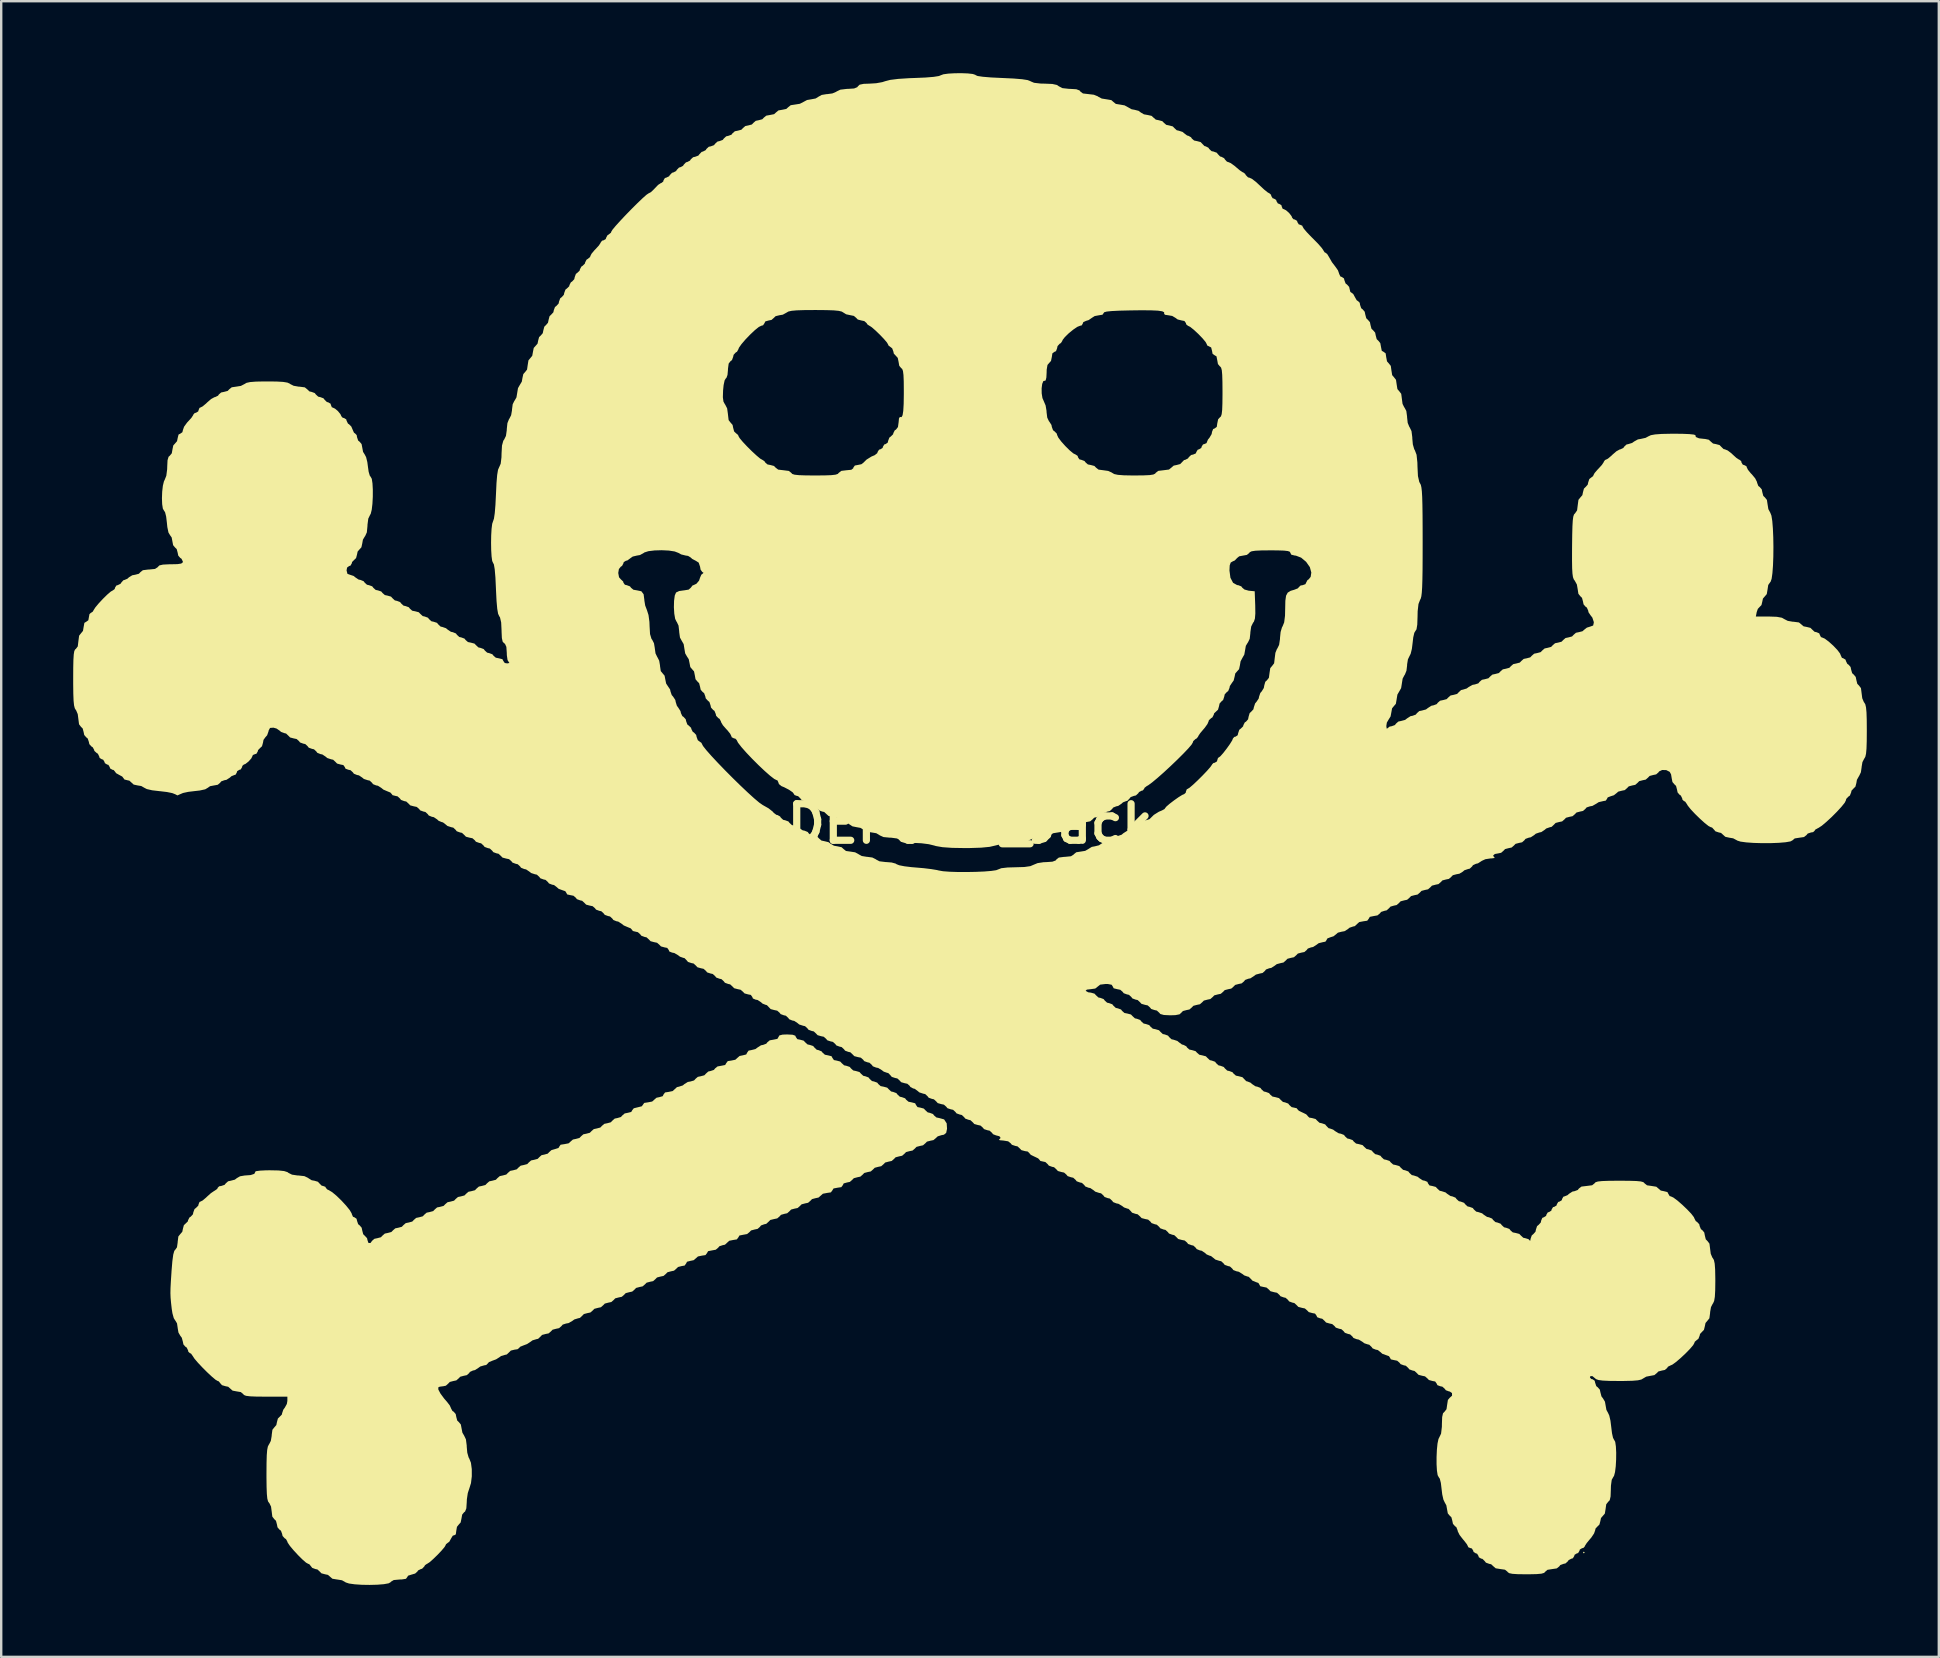
<source format=kicad_pcb>
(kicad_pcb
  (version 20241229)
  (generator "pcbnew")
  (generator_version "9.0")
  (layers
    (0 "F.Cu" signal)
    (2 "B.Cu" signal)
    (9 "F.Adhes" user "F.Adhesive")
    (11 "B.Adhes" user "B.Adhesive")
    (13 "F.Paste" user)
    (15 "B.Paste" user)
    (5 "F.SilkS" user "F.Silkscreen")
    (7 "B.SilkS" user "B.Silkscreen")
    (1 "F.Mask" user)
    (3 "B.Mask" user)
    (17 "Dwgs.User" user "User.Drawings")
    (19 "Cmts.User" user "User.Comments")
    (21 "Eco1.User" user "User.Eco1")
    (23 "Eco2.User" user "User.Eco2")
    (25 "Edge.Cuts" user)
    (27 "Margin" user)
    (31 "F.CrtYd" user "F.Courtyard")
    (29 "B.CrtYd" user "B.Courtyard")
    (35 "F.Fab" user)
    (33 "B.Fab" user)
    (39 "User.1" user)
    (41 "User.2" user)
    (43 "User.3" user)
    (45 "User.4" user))
  (footprint "DEFCON_Jack"
    (layer "F.Cu")
    (at 37.374 31.279)
    (property "Reference" "DEFCON_Jack" (at 0 0 0) (layer "F.SilkS") (effects (font (size 1.524 1.524) (thickness 0.3))))
    (attr board_only exclude_from_pos_files exclude_from_bom)
    (fp_poly (pts (xy 25.618 30.371) (xy 25.581 30.407) (xy 25.545 30.371) (xy 25.581 30.335)) (stroke (width 0) (type solid)) (fill yes) (layer "F.SilkS"))
    (fp_poly (pts (xy -7.392 8.793) (xy -7.28 8.833) (xy -7.257 8.89) (xy -7.194 8.978) (xy -7.083 8.999) (xy -6.933 9.039) (xy -6.868 9.108) (xy -6.77 9.197) (xy -6.677 9.217) (xy -6.536 9.263) (xy -6.485 9.325) (xy -6.386 9.419) (xy -6.314 9.434) (xy -6.182 9.488) (xy -6.142 9.543) (xy -6.046 9.626) (xy -5.917 9.652) (xy -5.769 9.689) (xy -5.733 9.761) (xy -5.67 9.849) (xy -5.559 9.87) (xy -5.409 9.91) (xy -5.344 9.979) (xy -5.246 10.068) (xy -5.153 10.087) (xy -5.012 10.134) (xy -4.961 10.196) (xy -4.864 10.282) (xy -4.753 10.305) (xy -4.606 10.347) (xy -4.546 10.414) (xy -4.447 10.505) (xy -4.364 10.523) (xy -4.228 10.573) (xy -4.183 10.632) (xy -4.084 10.723) (xy -4.001 10.741) (xy -3.865 10.79) (xy -3.82 10.849) (xy -3.723 10.934) (xy -3.602 10.958) (xy -3.451 10.998) (xy -3.385 11.067) (xy -3.286 11.158) (xy -3.203 11.176) (xy -3.067 11.226) (xy -3.022 11.285) (xy -2.923 11.376) (xy -2.84 11.394) (xy -2.704 11.443) (xy -2.659 11.503) (xy -2.562 11.585) (xy -2.433 11.611) (xy -2.286 11.649) (xy -2.25 11.72) (xy -2.187 11.808) (xy -2.076 11.829) (xy -1.926 11.87) (xy -1.861 11.938) (xy -1.762 12.029) (xy -1.679 12.047) (xy -1.543 12.097) (xy -1.498 12.156) (xy -1.401 12.24) (xy -1.281 12.265) (xy -1.079 12.321) (xy -0.971 12.486) (xy -0.957 12.713) (xy -0.993 12.884) (xy -1.086 12.959) (xy -1.184 12.977) (xy -1.346 13.028) (xy -1.427 13.104) (xy -1.523 13.184) (xy -1.643 13.208) (xy -1.794 13.248) (xy -1.861 13.317) (xy -1.958 13.401) (xy -2.078 13.426) (xy -2.23 13.466) (xy -2.296 13.535) (xy -2.393 13.619) (xy -2.514 13.643) (xy -2.665 13.683) (xy -2.731 13.752) (xy -2.828 13.836) (xy -2.949 13.861) (xy -3.101 13.901) (xy -3.167 13.97) (xy -3.264 14.054) (xy -3.385 14.079) (xy -3.536 14.119) (xy -3.602 14.188) (xy -3.699 14.272) (xy -3.82 14.297) (xy -3.971 14.337) (xy -4.038 14.405) (xy -4.135 14.49) (xy -4.255 14.514) (xy -4.407 14.554) (xy -4.473 14.623) (xy -4.57 14.707) (xy -4.691 14.732) (xy -4.842 14.772) (xy -4.909 14.841) (xy -5.006 14.925) (xy -5.124 14.95) (xy -5.264 14.989) (xy -5.298 15.059) (xy -5.363 15.145) (xy -5.515 15.167) (xy -5.688 15.2) (xy -5.733 15.276) (xy -5.797 15.362) (xy -5.953 15.385) (xy -6.131 15.419) (xy -6.215 15.494) (xy -6.312 15.578) (xy -6.433 15.603) (xy -6.584 15.643) (xy -6.65 15.712) (xy -6.747 15.796) (xy -6.868 15.821) (xy -7.019 15.861) (xy -7.086 15.929) (xy -7.183 16.014) (xy -7.303 16.038) (xy -7.455 16.078) (xy -7.521 16.147) (xy -7.619 16.233) (xy -7.729 16.256) (xy -7.876 16.298) (xy -7.937 16.365) (xy -8.033 16.447) (xy -8.164 16.474) (xy -8.32 16.512) (xy -8.392 16.583) (xy -8.491 16.674) (xy -8.573 16.691) (xy -8.71 16.741) (xy -8.755 16.8) (xy -8.852 16.884) (xy -8.973 16.909) (xy -9.124 16.949) (xy -9.19 17.018) (xy -9.289 17.099) (xy -9.442 17.127) (xy -9.609 17.16) (xy -9.652 17.236) (xy -9.717 17.322) (xy -9.862 17.345) (xy -10.032 17.379) (xy -10.114 17.453) (xy -10.212 17.543) (xy -10.305 17.562) (xy -10.446 17.609) (xy -10.497 17.671) (xy -10.595 17.752) (xy -10.748 17.78) (xy -10.915 17.813) (xy -10.958 17.889) (xy -11.023 17.976) (xy -11.168 17.998) (xy -11.338 18.033) (xy -11.42 18.107) (xy -11.517 18.189) (xy -11.645 18.215) (xy -11.793 18.253) (xy -11.829 18.324) (xy -11.892 18.412) (xy -12.013 18.433) (xy -12.167 18.472) (xy -12.238 18.542) (xy -12.335 18.626) (xy -12.456 18.651) (xy -12.607 18.691) (xy -12.674 18.76) (xy -12.771 18.844) (xy -12.891 18.869) (xy -13.043 18.909) (xy -13.109 18.977) (xy -13.206 19.062) (xy -13.327 19.086) (xy -13.478 19.126) (xy -13.545 19.195) (xy -13.642 19.279) (xy -13.762 19.304) (xy -13.914 19.344) (xy -13.98 19.413) (xy -14.077 19.497) (xy -14.198 19.522) (xy -14.349 19.562) (xy -14.415 19.631) (xy -14.512 19.715) (xy -14.633 19.739) (xy -14.785 19.779) (xy -14.851 19.848) (xy -14.948 19.932) (xy -15.069 19.957) (xy -15.22 19.997) (xy -15.286 20.066) (xy -15.383 20.15) (xy -15.504 20.175) (xy -15.655 20.215) (xy -15.722 20.284) (xy -15.819 20.368) (xy -15.939 20.393) (xy -16.091 20.433) (xy -16.157 20.501) (xy -16.256 20.594) (xy -16.331 20.61) (xy -16.49 20.659) (xy -16.572 20.719) (xy -16.734 20.811) (xy -16.834 20.828) (xy -16.975 20.874) (xy -17.028 20.937) (xy -17.125 21.021) (xy -17.246 21.046) (xy -17.397 21.086) (xy -17.463 21.155) (xy -17.56 21.239) (xy -17.681 21.263) (xy -17.833 21.303) (xy -17.899 21.372) (xy -17.998 21.465) (xy -18.073 21.481) (xy -18.234 21.53) (xy -18.31 21.586) (xy -18.462 21.685) (xy -18.606 21.739) (xy -18.746 21.796) (xy -18.796 21.852) (xy -18.858 21.9) (xy -18.98 21.917) (xy -19.134 21.955) (xy -19.205 22.025) (xy -19.304 22.118) (xy -19.379 22.134) (xy -19.543 22.183) (xy -19.608 22.231) (xy -19.75 22.321) (xy -19.903 22.377) (xy -20.047 22.436) (xy -20.102 22.499) (xy -20.163 22.557) (xy -20.242 22.57) (xy -20.409 22.619) (xy -20.491 22.679) (xy -20.633 22.769) (xy -20.716 22.787) (xy -20.842 22.846) (xy -20.874 22.896) (xy -20.971 22.98) (xy -21.092 23.005) (xy -21.243 23.045) (xy -21.31 23.114) (xy -21.407 23.198) (xy -21.527 23.223) (xy -21.679 23.263) (xy -21.745 23.332) (xy -21.843 23.419) (xy -21.949 23.441) (xy -22.098 23.46) (xy -22.159 23.489) (xy -22.156 23.581) (xy -22.068 23.747) (xy -21.913 23.957) (xy -21.795 24.092) (xy -21.68 24.242) (xy -21.627 24.361) (xy -21.626 24.367) (xy -21.568 24.473) (xy -21.517 24.503) (xy -21.433 24.6) (xy -21.409 24.721) (xy -21.369 24.872) (xy -21.3 24.938) (xy -21.219 25.036) (xy -21.191 25.185) (xy -21.154 25.376) (xy -21.082 25.498) (xy -21.007 25.655) (xy -20.974 25.911) (xy -20.973 25.962) (xy -20.951 26.209) (xy -20.895 26.407) (xy -20.867 26.457) (xy -20.798 26.631) (xy -20.763 26.895) (xy -20.762 27.195) (xy -20.796 27.479) (xy -20.863 27.694) (xy -20.864 27.696) (xy -20.929 27.894) (xy -20.968 28.155) (xy -20.973 28.277) (xy -20.99 28.531) (xy -21.043 28.665) (xy -21.082 28.692) (xy -21.163 28.791) (xy -21.191 28.946) (xy -21.226 29.118) (xy -21.3 29.2) (xy -21.381 29.301) (xy -21.409 29.466) (xy -21.428 29.613) (xy -21.478 29.647) (xy -21.481 29.645) (xy -21.556 29.67) (xy -21.625 29.786) (xy -21.701 29.923) (xy -21.77 29.972) (xy -21.841 30.028) (xy -21.844 30.048) (xy -21.893 30.136) (xy -22.018 30.286) (xy -22.187 30.465) (xy -22.366 30.639) (xy -22.521 30.776) (xy -22.622 30.841) (xy -22.631 30.843) (xy -22.714 30.901) (xy -22.741 30.952) (xy -22.834 31.048) (xy -22.886 31.061) (xy -23.002 31.119) (xy -23.029 31.164) (xy -23.124 31.248) (xy -23.273 31.291) (xy -23.416 31.336) (xy -23.459 31.405) (xy -23.506 31.467) (xy -23.686 31.494) (xy -23.769 31.496) (xy -24.014 31.518) (xy -24.132 31.588) (xy -24.14 31.605) (xy -24.228 31.655) (xy -24.427 31.691) (xy -24.702 31.713) (xy -25.019 31.721) (xy -25.343 31.716) (xy -25.641 31.696) (xy -25.879 31.663) (xy -26.021 31.616) (xy -26.038 31.602) (xy -26.172 31.528) (xy -26.367 31.496) (xy -26.375 31.496) (xy -26.571 31.464) (xy -26.66 31.387) (xy -26.757 31.303) (xy -26.878 31.278) (xy -27.029 31.238) (xy -27.095 31.169) (xy -27.194 31.078) (xy -27.277 31.061) (xy -27.413 31.011) (xy -27.458 30.952) (xy -27.538 30.855) (xy -27.58 30.843) (xy -27.671 30.792) (xy -27.823 30.659) (xy -28.005 30.478) (xy -28.188 30.28) (xy -28.341 30.097) (xy -28.434 29.961) (xy -28.448 29.919) (xy -28.506 29.811) (xy -28.557 29.781) (xy -28.648 29.682) (xy -28.666 29.599) (xy -28.715 29.463) (xy -28.775 29.418) (xy -28.859 29.321) (xy -28.883 29.2) (xy -28.923 29.049) (xy -28.992 28.982) (xy -29.075 28.875) (xy -29.101 28.667) (xy -29.129 28.457) (xy -29.2 28.312) (xy -29.21 28.303) (xy -29.253 28.241) (xy -29.284 28.125) (xy -29.303 27.932) (xy -29.314 27.643) (xy -29.319 27.237) (xy -29.319 27.091) (xy -29.316 26.643) (xy -29.307 26.317) (xy -29.289 26.095) (xy -29.261 25.954) (xy -29.22 25.873) (xy -29.21 25.861) (xy -29.138 25.72) (xy -29.102 25.512) (xy -29.101 25.475) (xy -29.071 25.254) (xy -28.992 25.156) (xy -28.908 25.059) (xy -28.883 24.938) (xy -28.843 24.787) (xy -28.775 24.721) (xy -28.678 24.621) (xy -28.666 24.563) (xy -28.617 24.418) (xy -28.557 24.337) (xy -28.47 24.18) (xy -28.448 24.052) (xy -28.448 23.876) (xy -29.347 23.876) (xy -29.736 23.873) (xy -30.002 23.862) (xy -30.169 23.841) (xy -30.258 23.806) (xy -30.289 23.767) (xy -30.389 23.685) (xy -30.553 23.658) (xy -30.732 23.624) (xy -30.817 23.549) (xy -30.914 23.463) (xy -31.024 23.441) (xy -31.172 23.398) (xy -31.232 23.332) (xy -31.31 23.236) (xy -31.35 23.223) (xy -31.438 23.173) (xy -31.593 23.043) (xy -31.787 22.862) (xy -31.992 22.657) (xy -32.18 22.457) (xy -32.322 22.29) (xy -32.387 22.189) (xy -32.462 22.082) (xy -32.51 22.062) (xy -32.576 22.003) (xy -32.585 21.951) (xy -32.643 21.829) (xy -32.693 21.798) (xy -32.78 21.7) (xy -32.802 21.591) (xy -32.848 21.42) (xy -32.911 21.336) (xy -32.987 21.204) (xy -33.02 21.011) (xy -33.02 21.004) (xy -33.047 20.822) (xy -33.114 20.708) (xy -33.119 20.705) (xy -33.182 20.604) (xy -33.238 20.402) (xy -33.268 20.211) (xy -33.297 19.952) (xy -33.315 19.749) (xy -33.322 19.562) (xy -33.318 19.354) (xy -33.304 19.085) (xy -33.28 18.718) (xy -33.275 18.636) (xy -33.241 18.23) (xy -33.204 17.955) (xy -33.16 17.799) (xy -33.118 17.75) (xy -33.049 17.652) (xy -33.02 17.45) (xy -33.02 17.427) (xy -32.991 17.2) (xy -32.911 17.101) (xy -32.827 17.004) (xy -32.802 16.883) (xy -32.762 16.731) (xy -32.693 16.665) (xy -32.597 16.573) (xy -32.585 16.52) (xy -32.526 16.406) (xy -32.476 16.375) (xy -32.384 16.276) (xy -32.367 16.193) (xy -32.317 16.057) (xy -32.258 16.012) (xy -32.161 15.915) (xy -32.149 15.859) (xy -32.109 15.761) (xy -32.074 15.748) (xy -31.979 15.7) (xy -31.838 15.581) (xy -31.8 15.544) (xy -31.638 15.398) (xy -31.496 15.301) (xy -31.476 15.292) (xy -31.37 15.217) (xy -31.351 15.17) (xy -31.29 15.109) (xy -31.203 15.095) (xy -31.064 15.048) (xy -31.014 14.986) (xy -30.917 14.9) (xy -30.808 14.877) (xy -30.636 14.832) (xy -30.553 14.768) (xy -30.421 14.692) (xy -30.228 14.659) (xy -30.223 14.659) (xy -29.979 14.641) (xy -29.826 14.591) (xy -29.789 14.519) (xy -29.795 14.507) (xy -29.747 14.478) (xy -29.581 14.456) (xy -29.325 14.443) (xy -29.173 14.442) (xy -28.818 14.449) (xy -28.583 14.474) (xy -28.443 14.519) (xy -28.401 14.551) (xy -28.254 14.624) (xy -28.026 14.658) (xy -27.98 14.659) (xy -27.738 14.686) (xy -27.586 14.759) (xy -27.577 14.768) (xy -27.435 14.857) (xy -27.322 14.877) (xy -27.175 14.92) (xy -27.115 14.986) (xy -27.018 15.083) (xy -26.963 15.095) (xy -26.864 15.131) (xy -26.851 15.163) (xy -26.792 15.237) (xy -26.715 15.273) (xy -26.582 15.353) (xy -26.398 15.506) (xy -26.195 15.703) (xy -26.002 15.912) (xy -25.85 16.1) (xy -25.769 16.238) (xy -25.763 16.267) (xy -25.714 16.379) (xy -25.654 16.401) (xy -25.565 16.462) (xy -25.545 16.549) (xy -25.498 16.688) (xy -25.436 16.738) (xy -25.352 16.835) (xy -25.327 16.955) (xy -25.287 17.107) (xy -25.219 17.173) (xy -25.127 17.272) (xy -25.11 17.352) (xy -25.07 17.47) (xy -24.985 17.473) (xy -24.918 17.381) (xy -24.821 17.297) (xy -24.701 17.272) (xy -24.549 17.232) (xy -24.483 17.163) (xy -24.386 17.079) (xy -24.265 17.054) (xy -24.114 17.014) (xy -24.047 16.945) (xy -23.95 16.861) (xy -23.83 16.837) (xy -23.678 16.797) (xy -23.612 16.728) (xy -23.515 16.644) (xy -23.394 16.619) (xy -23.243 16.579) (xy -23.177 16.51) (xy -23.08 16.426) (xy -22.959 16.401) (xy -22.807 16.361) (xy -22.741 16.292) (xy -22.644 16.208) (xy -22.523 16.183) (xy -22.372 16.143) (xy -22.306 16.075) (xy -22.209 15.99) (xy -22.088 15.966) (xy -21.937 15.926) (xy -21.87 15.857) (xy -21.773 15.773) (xy -21.653 15.748) (xy -21.501 15.708) (xy -21.435 15.639) (xy -21.338 15.555) (xy -21.217 15.53) (xy -21.066 15.49) (xy -20.999 15.421) (xy -20.902 15.337) (xy -20.782 15.313) (xy -20.63 15.273) (xy -20.564 15.204) (xy -20.467 15.12) (xy -20.346 15.095) (xy -20.195 15.055) (xy -20.129 14.986) (xy -20.032 14.902) (xy -19.911 14.877) (xy -19.759 14.837) (xy -19.693 14.768) (xy -19.596 14.684) (xy -19.475 14.659) (xy -19.324 14.619) (xy -19.258 14.551) (xy -19.161 14.466) (xy -19.04 14.442) (xy -18.889 14.402) (xy -18.822 14.333) (xy -18.725 14.249) (xy -18.605 14.224) (xy -18.453 14.184) (xy -18.387 14.115) (xy -18.29 14.031) (xy -18.169 14.006) (xy -18.018 13.966) (xy -17.951 13.897) (xy -17.854 13.811) (xy -17.744 13.789) (xy -17.597 13.748) (xy -17.538 13.685) (xy -17.443 13.601) (xy -17.294 13.558) (xy -17.151 13.513) (xy -17.109 13.444) (xy -17.06 13.376) (xy -16.907 13.353) (xy -16.729 13.319) (xy -16.645 13.244) (xy -16.548 13.16) (xy -16.427 13.135) (xy -16.276 13.095) (xy -16.21 13.027) (xy -16.113 12.942) (xy -15.992 12.918) (xy -15.841 12.878) (xy -15.774 12.809) (xy -15.677 12.725) (xy -15.557 12.7) (xy -15.405 12.66) (xy -15.339 12.591) (xy -15.242 12.507) (xy -15.121 12.482) (xy -14.97 12.442) (xy -14.903 12.373) (xy -14.806 12.287) (xy -14.696 12.265) (xy -14.548 12.222) (xy -14.488 12.156) (xy -14.391 12.073) (xy -14.263 12.047) (xy -14.117 12.011) (xy -14.079 11.943) (xy -14.012 11.858) (xy -13.843 11.816) (xy -13.678 11.775) (xy -13.625 11.704) (xy -13.625 11.702) (xy -13.576 11.634) (xy -13.423 11.611) (xy -13.245 11.577) (xy -13.162 11.503) (xy -13.065 11.418) (xy -12.946 11.394) (xy -12.806 11.354) (xy -12.773 11.285) (xy -12.708 11.198) (xy -12.563 11.176) (xy -12.393 11.141) (xy -12.311 11.067) (xy -12.212 10.976) (xy -12.131 10.958) (xy -11.968 10.905) (xy -11.902 10.849) (xy -11.76 10.761) (xy -11.647 10.741) (xy -11.5 10.698) (xy -11.44 10.632) (xy -11.343 10.548) (xy -11.222 10.523) (xy -11.071 10.483) (xy -11.005 10.414) (xy -10.906 10.325) (xy -10.813 10.305) (xy -10.673 10.259) (xy -10.622 10.196) (xy -10.523 10.115) (xy -10.37 10.087) (xy -10.203 10.054) (xy -10.16 9.979) (xy -10.095 9.892) (xy -9.95 9.87) (xy -9.78 9.835) (xy -9.698 9.761) (xy -9.602 9.678) (xy -9.473 9.652) (xy -9.325 9.615) (xy -9.289 9.543) (xy -9.227 9.455) (xy -9.117 9.434) (xy -8.943 9.391) (xy -8.854 9.325) (xy -8.709 9.232) (xy -8.625 9.217) (xy -8.489 9.166) (xy -8.445 9.108) (xy -8.346 9.026) (xy -8.193 8.999) (xy -8.026 8.965) (xy -7.983 8.89) (xy -7.944 8.822) (xy -7.81 8.788) (xy -7.62 8.781)) (stroke (width 0) (type solid)) (fill yes) (layer "F.SilkS"))
    (fp_poly (pts (xy -0.093 -31.269) (xy 0.114 -31.246) (xy 0.224 -31.21) (xy 0.232 -31.199) (xy 0.316 -31.162) (xy 0.534 -31.13) (xy 0.878 -31.101) (xy 1.336 -31.079) (xy 1.343 -31.079) (xy 1.825 -31.056) (xy 2.173 -31.027) (xy 2.4 -30.992) (xy 2.516 -30.948) (xy 2.525 -30.94) (xy 2.669 -30.879) (xy 2.938 -30.847) (xy 3.117 -30.843) (xy 3.431 -30.83) (xy 3.623 -30.788) (xy 3.701 -30.734) (xy 3.853 -30.656) (xy 4.134 -30.625) (xy 4.174 -30.625) (xy 4.43 -30.61) (xy 4.567 -30.559) (xy 4.598 -30.516) (xy 4.707 -30.434) (xy 4.938 -30.407) (xy 5.161 -30.381) (xy 5.325 -30.315) (xy 5.344 -30.299) (xy 5.491 -30.222) (xy 5.691 -30.19) (xy 5.694 -30.19) (xy 5.889 -30.157) (xy 5.977 -30.081) (xy 6.078 -29.999) (xy 6.244 -29.972) (xy 6.441 -29.938) (xy 6.578 -29.863) (xy 6.737 -29.775) (xy 6.854 -29.754) (xy 7.026 -29.71) (xy 7.112 -29.645) (xy 7.249 -29.564) (xy 7.403 -29.537) (xy 7.566 -29.501) (xy 7.646 -29.428) (xy 7.743 -29.344) (xy 7.864 -29.319) (xy 8.015 -29.279) (xy 8.082 -29.21) (xy 8.179 -29.126) (xy 8.299 -29.101) (xy 8.451 -29.061) (xy 8.517 -28.992) (xy 8.616 -28.901) (xy 8.697 -28.883) (xy 8.86 -28.831) (xy 8.926 -28.775) (xy 9.046 -28.683) (xy 9.109 -28.666) (xy 9.213 -28.607) (xy 9.243 -28.557) (xy 9.34 -28.473) (xy 9.461 -28.448) (xy 9.612 -28.408) (xy 9.678 -28.339) (xy 9.771 -28.243) (xy 9.823 -28.23) (xy 9.937 -28.172) (xy 9.969 -28.121) (xy 10.067 -28.03) (xy 10.15 -28.013) (xy 10.286 -27.963) (xy 10.331 -27.904) (xy 10.424 -27.807) (xy 10.477 -27.795) (xy 10.591 -27.736) (xy 10.622 -27.686) (xy 10.71 -27.59) (xy 10.758 -27.577) (xy 10.867 -27.531) (xy 11.026 -27.416) (xy 11.092 -27.359) (xy 11.249 -27.227) (xy 11.365 -27.15) (xy 11.39 -27.142) (xy 11.466 -27.084) (xy 11.493 -27.033) (xy 11.588 -26.936) (xy 11.644 -26.924) (xy 11.749 -26.876) (xy 11.915 -26.749) (xy 12.079 -26.597) (xy 12.26 -26.428) (xy 12.407 -26.31) (xy 12.48 -26.271) (xy 12.546 -26.212) (xy 12.555 -26.162) (xy 12.613 -26.066) (xy 12.664 -26.053) (xy 12.76 -25.995) (xy 12.773 -25.944) (xy 12.831 -25.848) (xy 12.881 -25.835) (xy 12.978 -25.777) (xy 12.99 -25.727) (xy 13.029 -25.63) (xy 13.063 -25.618) (xy 13.171 -25.566) (xy 13.303 -25.448) (xy 13.403 -25.318) (xy 13.426 -25.255) (xy 13.484 -25.19) (xy 13.535 -25.182) (xy 13.631 -25.124) (xy 13.643 -25.073) (xy 13.702 -24.977) (xy 13.752 -24.965) (xy 13.849 -24.922) (xy 13.861 -24.885) (xy 13.91 -24.801) (xy 14.041 -24.647) (xy 14.228 -24.452) (xy 14.297 -24.384) (xy 14.497 -24.181) (xy 14.648 -24.01) (xy 14.727 -23.9) (xy 14.732 -23.883) (xy 14.784 -23.807) (xy 14.806 -23.803) (xy 14.885 -23.744) (xy 14.969 -23.604) (xy 15.085 -23.401) (xy 15.221 -23.224) (xy 15.335 -23.062) (xy 15.385 -22.919) (xy 15.385 -22.915) (xy 15.436 -22.807) (xy 15.494 -22.787) (xy 15.584 -22.727) (xy 15.603 -22.65) (xy 15.653 -22.515) (xy 15.712 -22.471) (xy 15.801 -22.372) (xy 15.821 -22.282) (xy 15.851 -22.163) (xy 15.895 -22.134) (xy 15.973 -22.074) (xy 16.038 -21.953) (xy 16.114 -21.818) (xy 16.182 -21.771) (xy 16.242 -21.711) (xy 16.256 -21.624) (xy 16.303 -21.484) (xy 16.365 -21.435) (xy 16.449 -21.338) (xy 16.474 -21.217) (xy 16.514 -21.066) (xy 16.583 -20.999) (xy 16.667 -20.902) (xy 16.691 -20.782) (xy 16.731 -20.63) (xy 16.8 -20.564) (xy 16.884 -20.467) (xy 16.909 -20.346) (xy 16.949 -20.195) (xy 17.018 -20.129) (xy 17.099 -20.03) (xy 17.127 -19.877) (xy 17.16 -19.71) (xy 17.236 -19.667) (xy 17.322 -19.603) (xy 17.345 -19.447) (xy 17.379 -19.269) (xy 17.453 -19.185) (xy 17.536 -19.081) (xy 17.562 -18.895) (xy 17.594 -18.695) (xy 17.671 -18.605) (xy 17.753 -18.5) (xy 17.78 -18.314) (xy 17.812 -18.114) (xy 17.889 -18.024) (xy 17.971 -17.917) (xy 17.998 -17.709) (xy 18.026 -17.498) (xy 18.097 -17.354) (xy 18.107 -17.345) (xy 18.183 -17.204) (xy 18.215 -16.969) (xy 18.215 -16.942) (xy 18.241 -16.706) (xy 18.309 -16.539) (xy 18.324 -16.52) (xy 18.399 -16.364) (xy 18.432 -16.107) (xy 18.433 -16.057) (xy 18.455 -15.81) (xy 18.512 -15.611) (xy 18.54 -15.562) (xy 18.61 -15.378) (xy 18.644 -15.055) (xy 18.649 -14.873) (xy 18.668 -14.49) (xy 18.723 -14.246) (xy 18.757 -14.183) (xy 18.788 -14.122) (xy 18.812 -14.016) (xy 18.831 -13.853) (xy 18.845 -13.615) (xy 18.854 -13.29) (xy 18.86 -12.861) (xy 18.863 -12.315) (xy 18.864 -11.757) (xy 18.863 -11.1) (xy 18.86 -10.574) (xy 18.853 -10.163) (xy 18.843 -9.853) (xy 18.828 -9.629) (xy 18.809 -9.476) (xy 18.783 -9.379) (xy 18.757 -9.33) (xy 18.69 -9.157) (xy 18.656 -8.857) (xy 18.651 -8.628) (xy 18.64 -8.3) (xy 18.607 -8.1) (xy 18.566 -8.039) (xy 18.516 -7.956) (xy 18.472 -7.766) (xy 18.447 -7.546) (xy 18.415 -7.288) (xy 18.364 -7.082) (xy 18.314 -6.983) (xy 18.25 -6.85) (xy 18.217 -6.645) (xy 18.215 -6.594) (xy 18.189 -6.377) (xy 18.123 -6.214) (xy 18.107 -6.194) (xy 18.03 -6.048) (xy 17.998 -5.848) (xy 17.998 -5.846) (xy 17.967 -5.652) (xy 17.891 -5.518) (xy 17.889 -5.515) (xy 17.812 -5.383) (xy 17.78 -5.191) (xy 17.78 -5.188) (xy 17.747 -4.996) (xy 17.671 -4.909) (xy 17.59 -4.81) (xy 17.562 -4.656) (xy 17.527 -4.471) (xy 17.453 -4.354) (xy 17.372 -4.217) (xy 17.35 -4.073) (xy 17.365 -3.965) (xy 17.393 -3.973) (xy 17.487 -4.049) (xy 17.571 -4.064) (xy 17.708 -4.113) (xy 17.754 -4.173) (xy 17.851 -4.259) (xy 17.96 -4.282) (xy 18.132 -4.327) (xy 18.215 -4.391) (xy 18.36 -4.484) (xy 18.444 -4.499) (xy 18.58 -4.55) (xy 18.625 -4.608) (xy 18.722 -4.695) (xy 18.831 -4.717) (xy 19.003 -4.763) (xy 19.086 -4.826) (xy 19.231 -4.919) (xy 19.315 -4.935) (xy 19.451 -4.985) (xy 19.495 -5.044) (xy 19.592 -5.128) (xy 19.713 -5.153) (xy 19.865 -5.193) (xy 19.931 -5.261) (xy 20.028 -5.346) (xy 20.149 -5.37) (xy 20.3 -5.41) (xy 20.366 -5.479) (xy 20.466 -5.572) (xy 20.54 -5.588) (xy 20.7 -5.637) (xy 20.781 -5.697) (xy 20.943 -5.788) (xy 21.043 -5.806) (xy 21.185 -5.851) (xy 21.237 -5.915) (xy 21.334 -5.999) (xy 21.455 -6.023) (xy 21.606 -6.063) (xy 21.673 -6.132) (xy 21.77 -6.216) (xy 21.89 -6.241) (xy 22.042 -6.281) (xy 22.108 -6.35) (xy 22.205 -6.434) (xy 22.326 -6.459) (xy 22.477 -6.499) (xy 22.543 -6.568) (xy 22.64 -6.652) (xy 22.761 -6.677) (xy 22.913 -6.717) (xy 22.979 -6.785) (xy 23.076 -6.87) (xy 23.197 -6.894) (xy 23.348 -6.934) (xy 23.414 -7.003) (xy 23.511 -7.087) (xy 23.632 -7.112) (xy 23.783 -7.152) (xy 23.85 -7.221) (xy 23.947 -7.305) (xy 24.067 -7.33) (xy 24.219 -7.37) (xy 24.285 -7.439) (xy 24.382 -7.523) (xy 24.503 -7.547) (xy 24.654 -7.587) (xy 24.721 -7.656) (xy 24.818 -7.74) (xy 24.938 -7.765) (xy 25.09 -7.805) (xy 25.156 -7.874) (xy 25.253 -7.959) (xy 25.368 -7.983) (xy 25.525 -8.022) (xy 25.596 -8.085) (xy 25.708 -8.173) (xy 25.835 -8.212) (xy 25.969 -8.26) (xy 25.997 -8.38) (xy 25.993 -8.418) (xy 25.936 -8.591) (xy 25.866 -8.68) (xy 25.776 -8.813) (xy 25.763 -8.882) (xy 25.706 -9.01) (xy 25.654 -9.045) (xy 25.57 -9.142) (xy 25.545 -9.263) (xy 25.505 -9.414) (xy 25.436 -9.481) (xy 25.354 -9.584) (xy 25.327 -9.763) (xy 25.291 -9.97) (xy 25.205 -10.127) (xy 25.204 -10.128) (xy 25.16 -10.188) (xy 25.128 -10.281) (xy 25.107 -10.427) (xy 25.094 -10.648) (xy 25.089 -10.966) (xy 25.09 -11.4) (xy 25.091 -11.561) (xy 25.097 -12.038) (xy 25.106 -12.39) (xy 25.12 -12.636) (xy 25.141 -12.796) (xy 25.171 -12.888) (xy 25.212 -12.933) (xy 25.214 -12.934) (xy 25.3 -13.06) (xy 25.327 -13.276) (xy 25.357 -13.499) (xy 25.436 -13.597) (xy 25.52 -13.694) (xy 25.545 -13.815) (xy 25.585 -13.966) (xy 25.654 -14.033) (xy 25.743 -14.131) (xy 25.763 -14.224) (xy 25.809 -14.365) (xy 25.872 -14.415) (xy 25.968 -14.488) (xy 25.981 -14.524) (xy 26.028 -14.613) (xy 26.148 -14.753) (xy 26.198 -14.805) (xy 26.334 -14.954) (xy 26.41 -15.07) (xy 26.416 -15.092) (xy 26.471 -15.165) (xy 26.491 -15.167) (xy 26.585 -15.215) (xy 26.728 -15.335) (xy 26.779 -15.385) (xy 26.938 -15.522) (xy 27.076 -15.598) (xy 27.105 -15.603) (xy 27.229 -15.662) (xy 27.261 -15.712) (xy 27.36 -15.805) (xy 27.435 -15.821) (xy 27.594 -15.87) (xy 27.676 -15.929) (xy 27.834 -16.017) (xy 27.957 -16.038) (xy 28.155 -16.082) (xy 28.271 -16.145) (xy 28.375 -16.193) (xy 28.552 -16.225) (xy 28.824 -16.245) (xy 29.213 -16.253) (xy 29.341 -16.254) (xy 29.699 -16.25) (xy 29.982 -16.238) (xy 30.167 -16.218) (xy 30.232 -16.194) (xy 30.231 -16.191) (xy 30.249 -16.117) (xy 30.382 -16.062) (xy 30.599 -16.038) (xy 30.623 -16.038) (xy 30.789 -16.003) (xy 30.869 -15.929) (xy 30.966 -15.845) (xy 31.087 -15.821) (xy 31.238 -15.781) (xy 31.305 -15.712) (xy 31.403 -15.615) (xy 31.46 -15.603) (xy 31.579 -15.554) (xy 31.738 -15.432) (xy 31.786 -15.385) (xy 31.936 -15.249) (xy 32.051 -15.173) (xy 32.074 -15.167) (xy 32.141 -15.109) (xy 32.149 -15.059) (xy 32.207 -14.962) (xy 32.258 -14.95) (xy 32.356 -14.901) (xy 32.369 -14.859) (xy 32.418 -14.755) (xy 32.539 -14.605) (xy 32.587 -14.557) (xy 32.723 -14.392) (xy 32.798 -14.242) (xy 32.802 -14.21) (xy 32.854 -14.075) (xy 32.911 -14.033) (xy 32.995 -13.936) (xy 33.02 -13.815) (xy 33.06 -13.663) (xy 33.129 -13.597) (xy 33.211 -13.494) (xy 33.238 -13.314) (xy 33.271 -13.111) (xy 33.353 -12.958) (xy 33.353 -12.958) (xy 33.399 -12.841) (xy 33.435 -12.613) (xy 33.46 -12.299) (xy 33.476 -11.929) (xy 33.482 -11.531) (xy 33.478 -11.131) (xy 33.464 -10.758) (xy 33.44 -10.44) (xy 33.407 -10.206) (xy 33.363 -10.081) (xy 33.352 -10.072) (xy 33.266 -9.95) (xy 33.238 -9.765) (xy 33.205 -9.57) (xy 33.129 -9.481) (xy 33.045 -9.384) (xy 33.02 -9.263) (xy 32.984 -9.113) (xy 32.921 -9.049) (xy 32.833 -8.955) (xy 32.786 -8.823) (xy 32.75 -8.636) (xy 33.289 -8.636) (xy 33.624 -8.624) (xy 33.836 -8.585) (xy 33.938 -8.527) (xy 34.079 -8.455) (xy 34.287 -8.419) (xy 34.324 -8.418) (xy 34.545 -8.389) (xy 34.643 -8.309) (xy 34.739 -8.227) (xy 34.871 -8.201) (xy 35.026 -8.163) (xy 35.098 -8.092) (xy 35.197 -8) (xy 35.277 -7.983) (xy 35.391 -7.935) (xy 35.415 -7.874) (xy 35.464 -7.777) (xy 35.506 -7.764) (xy 35.622 -7.714) (xy 35.792 -7.587) (xy 35.979 -7.418) (xy 36.147 -7.242) (xy 36.26 -7.092) (xy 36.287 -7.021) (xy 36.337 -6.914) (xy 36.395 -6.894) (xy 36.49 -6.836) (xy 36.503 -6.783) (xy 36.562 -6.662) (xy 36.612 -6.63) (xy 36.698 -6.533) (xy 36.721 -6.423) (xy 36.763 -6.275) (xy 36.83 -6.215) (xy 36.912 -6.118) (xy 36.939 -5.987) (xy 36.977 -5.832) (xy 37.048 -5.759) (xy 37.13 -5.652) (xy 37.157 -5.44) (xy 37.184 -5.23) (xy 37.251 -5.071) (xy 37.265 -5.054) (xy 37.31 -4.981) (xy 37.341 -4.85) (xy 37.361 -4.64) (xy 37.371 -4.33) (xy 37.374 -3.896) (xy 37.374 -3.883) (xy 37.371 -3.446) (xy 37.361 -3.132) (xy 37.342 -2.92) (xy 37.311 -2.787) (xy 37.267 -2.712) (xy 37.265 -2.711) (xy 37.191 -2.567) (xy 37.157 -2.363) (xy 37.157 -2.348) (xy 37.127 -2.144) (xy 37.054 -1.992) (xy 37.048 -1.985) (xy 36.961 -1.829) (xy 36.939 -1.698) (xy 36.899 -1.545) (xy 36.83 -1.478) (xy 36.736 -1.378) (xy 36.721 -1.306) (xy 36.668 -1.174) (xy 36.612 -1.135) (xy 36.516 -1.035) (xy 36.503 -0.976) (xy 36.453 -0.875) (xy 36.319 -0.708) (xy 36.129 -0.501) (xy 35.911 -0.282) (xy 35.691 -0.079) (xy 35.499 0.083) (xy 35.359 0.174) (xy 35.34 0.182) (xy 35.224 0.247) (xy 35.197 0.295) (xy 35.136 0.35) (xy 35.05 0.363) (xy 34.91 0.41) (xy 34.861 0.472) (xy 34.756 0.554) (xy 34.57 0.581) (xy 34.37 0.612) (xy 34.28 0.689) (xy 34.193 0.736) (xy 33.991 0.771) (xy 33.707 0.795) (xy 33.37 0.808) (xy 33.011 0.809) (xy 32.66 0.799) (xy 32.35 0.777) (xy 32.109 0.744) (xy 31.97 0.699) (xy 31.957 0.689) (xy 31.805 0.608) (xy 31.644 0.581) (xy 31.478 0.545) (xy 31.397 0.472) (xy 31.299 0.383) (xy 31.206 0.363) (xy 31.065 0.316) (xy 31.014 0.254) (xy 30.925 0.158) (xy 30.876 0.145) (xy 30.779 0.096) (xy 30.616 -0.033) (xy 30.418 -0.212) (xy 30.214 -0.411) (xy 30.035 -0.602) (xy 29.912 -0.756) (xy 29.878 -0.816) (xy 29.804 -0.923) (xy 29.757 -0.943) (xy 29.691 -1.002) (xy 29.682 -1.055) (xy 29.623 -1.176) (xy 29.573 -1.207) (xy 29.489 -1.304) (xy 29.464 -1.425) (xy 29.424 -1.577) (xy 29.355 -1.643) (xy 29.274 -1.739) (xy 29.246 -1.88) (xy 29.216 -2.059) (xy 29.159 -2.163) (xy 29.015 -2.236) (xy 28.844 -2.24) (xy 28.715 -2.178) (xy 28.692 -2.141) (xy 28.595 -2.057) (xy 28.474 -2.032) (xy 28.323 -1.992) (xy 28.257 -1.923) (xy 28.16 -1.839) (xy 28.039 -1.814) (xy 27.887 -1.774) (xy 27.821 -1.705) (xy 27.724 -1.621) (xy 27.603 -1.597) (xy 27.452 -1.557) (xy 27.386 -1.488) (xy 27.288 -1.402) (xy 27.174 -1.379) (xy 27.017 -1.339) (xy 26.946 -1.277) (xy 26.834 -1.188) (xy 26.706 -1.148) (xy 26.577 -1.098) (xy 26.543 -1.032) (xy 26.496 -0.964) (xy 26.385 -0.943) (xy 26.201 -0.9) (xy 26.1 -0.835) (xy 25.938 -0.743) (xy 25.838 -0.726) (xy 25.697 -0.68) (xy 25.644 -0.617) (xy 25.547 -0.533) (xy 25.426 -0.508) (xy 25.275 -0.468) (xy 25.209 -0.399) (xy 25.112 -0.315) (xy 24.991 -0.29) (xy 24.839 -0.25) (xy 24.773 -0.181) (xy 24.676 -0.097) (xy 24.555 -0.073) (xy 24.404 -0.033) (xy 24.338 0.036) (xy 24.238 0.13) (xy 24.167 0.145) (xy 24.014 0.198) (xy 23.949 0.254) (xy 23.81 0.347) (xy 23.731 0.363) (xy 23.579 0.415) (xy 23.513 0.472) (xy 23.369 0.565) (xy 23.284 0.581) (xy 23.149 0.631) (xy 23.104 0.689) (xy 23.007 0.774) (xy 22.886 0.798) (xy 22.735 0.838) (xy 22.669 0.907) (xy 22.572 0.991) (xy 22.451 1.016) (xy 22.299 1.056) (xy 22.233 1.125) (xy 22.136 1.21) (xy 22.022 1.234) (xy 21.873 1.261) (xy 21.801 1.324) (xy 21.836 1.39) (xy 21.862 1.403) (xy 21.859 1.428) (xy 21.741 1.444) (xy 21.686 1.446) (xy 21.478 1.478) (xy 21.322 1.55) (xy 21.31 1.56) (xy 21.168 1.651) (xy 21.085 1.669) (xy 20.959 1.728) (xy 20.927 1.778) (xy 20.827 1.872) (xy 20.757 1.887) (xy 20.603 1.939) (xy 20.538 1.996) (xy 20.397 2.082) (xy 20.273 2.105) (xy 20.122 2.145) (xy 20.056 2.213) (xy 19.959 2.298) (xy 19.838 2.322) (xy 19.687 2.362) (xy 19.621 2.431) (xy 19.524 2.515) (xy 19.403 2.54) (xy 19.251 2.58) (xy 19.185 2.649) (xy 19.088 2.733) (xy 18.967 2.758) (xy 18.816 2.798) (xy 18.75 2.867) (xy 18.653 2.951) (xy 18.532 2.975) (xy 18.381 3.015) (xy 18.314 3.084) (xy 18.217 3.168) (xy 18.097 3.193) (xy 17.945 3.233) (xy 17.879 3.302) (xy 17.781 3.388) (xy 17.671 3.411) (xy 17.524 3.453) (xy 17.463 3.52) (xy 17.365 3.609) (xy 17.272 3.629) (xy 17.131 3.675) (xy 17.081 3.737) (xy 16.982 3.819) (xy 16.829 3.846) (xy 16.662 3.88) (xy 16.619 3.955) (xy 16.555 4.041) (xy 16.399 4.064) (xy 16.221 4.098) (xy 16.137 4.173) (xy 16.038 4.267) (xy 15.967 4.282) (xy 15.814 4.334) (xy 15.748 4.391) (xy 15.607 4.478) (xy 15.489 4.499) (xy 15.332 4.539) (xy 15.262 4.601) (xy 15.15 4.69) (xy 15.022 4.73) (xy 14.893 4.78) (xy 14.859 4.846) (xy 14.812 4.914) (xy 14.705 4.935) (xy 14.531 4.978) (xy 14.442 5.044) (xy 14.297 5.137) (xy 14.213 5.153) (xy 14.077 5.203) (xy 14.033 5.261) (xy 13.936 5.346) (xy 13.815 5.37) (xy 13.663 5.41) (xy 13.597 5.479) (xy 13.5 5.563) (xy 13.379 5.588) (xy 13.228 5.628) (xy 13.162 5.697) (xy 13.064 5.783) (xy 12.955 5.806) (xy 12.784 5.851) (xy 12.7 5.915) (xy 12.555 6.008) (xy 12.471 6.023) (xy 12.335 6.074) (xy 12.291 6.132) (xy 12.193 6.219) (xy 12.084 6.241) (xy 11.913 6.287) (xy 11.829 6.35) (xy 11.685 6.443) (xy 11.6 6.459) (xy 11.465 6.509) (xy 11.42 6.568) (xy 11.323 6.652) (xy 11.202 6.677) (xy 11.051 6.717) (xy 10.985 6.785) (xy 10.888 6.87) (xy 10.767 6.894) (xy 10.615 6.934) (xy 10.549 7.003) (xy 10.452 7.087) (xy 10.331 7.112) (xy 10.18 7.152) (xy 10.114 7.221) (xy 10.017 7.305) (xy 9.896 7.33) (xy 9.745 7.37) (xy 9.678 7.439) (xy 9.581 7.523) (xy 9.461 7.547) (xy 9.309 7.587) (xy 9.243 7.656) (xy 9.146 7.74) (xy 9.025 7.765) (xy 8.874 7.805) (xy 8.807 7.874) (xy 8.733 7.942) (xy 8.559 7.976) (xy 8.346 7.983) (xy 8.08 7.97) (xy 7.932 7.929) (xy 7.884 7.874) (xy 7.786 7.785) (xy 7.693 7.765) (xy 7.552 7.719) (xy 7.501 7.656) (xy 7.404 7.57) (xy 7.293 7.547) (xy 7.146 7.505) (xy 7.086 7.439) (xy 6.987 7.347) (xy 6.904 7.33) (xy 6.768 7.28) (xy 6.723 7.221) (xy 6.624 7.13) (xy 6.541 7.112) (xy 6.405 7.062) (xy 6.36 7.003) (xy 6.263 6.92) (xy 6.135 6.894) (xy 5.987 6.857) (xy 5.951 6.785) (xy 5.903 6.71) (xy 5.745 6.679) (xy 5.658 6.677) (xy 5.426 6.705) (xy 5.324 6.785) (xy 5.22 6.868) (xy 5.032 6.894) (xy 4.871 6.912) (xy 4.822 6.958) (xy 4.826 6.967) (xy 4.926 7.024) (xy 5.04 7.039) (xy 5.189 7.081) (xy 5.251 7.148) (xy 5.35 7.24) (xy 5.433 7.257) (xy 5.569 7.307) (xy 5.614 7.366) (xy 5.713 7.457) (xy 5.796 7.475) (xy 5.932 7.525) (xy 5.977 7.584) (xy 6.076 7.675) (xy 6.159 7.693) (xy 6.295 7.742) (xy 6.34 7.801) (xy 6.437 7.886) (xy 6.558 7.91) (xy 6.709 7.95) (xy 6.775 8.019) (xy 6.874 8.11) (xy 6.957 8.128) (xy 7.093 8.178) (xy 7.138 8.237) (xy 7.237 8.326) (xy 7.33 8.346) (xy 7.47 8.392) (xy 7.521 8.455) (xy 7.619 8.541) (xy 7.729 8.563) (xy 7.876 8.606) (xy 7.937 8.672) (xy 8.035 8.764) (xy 8.118 8.781) (xy 8.254 8.831) (xy 8.299 8.89) (xy 8.398 8.982) (xy 8.48 8.999) (xy 8.642 9.052) (xy 8.709 9.108) (xy 8.833 9.2) (xy 8.901 9.217) (xy 9.014 9.275) (xy 9.045 9.325) (xy 9.143 9.411) (xy 9.253 9.434) (xy 9.4 9.477) (xy 9.461 9.543) (xy 9.558 9.627) (xy 9.678 9.652) (xy 9.83 9.692) (xy 9.896 9.761) (xy 9.995 9.852) (xy 10.077 9.87) (xy 10.214 9.919) (xy 10.259 9.979) (xy 10.358 10.07) (xy 10.44 10.087) (xy 10.576 10.137) (xy 10.622 10.196) (xy 10.721 10.288) (xy 10.803 10.305) (xy 10.939 10.355) (xy 10.985 10.414) (xy 11.082 10.498) (xy 11.202 10.523) (xy 11.354 10.563) (xy 11.42 10.632) (xy 11.512 10.728) (xy 11.564 10.741) (xy 11.693 10.792) (xy 11.757 10.849) (xy 11.896 10.942) (xy 11.975 10.958) (xy 12.107 11.012) (xy 12.146 11.067) (xy 12.245 11.158) (xy 12.327 11.176) (xy 12.463 11.226) (xy 12.509 11.285) (xy 12.606 11.369) (xy 12.726 11.394) (xy 12.878 11.434) (xy 12.944 11.503) (xy 13.043 11.594) (xy 13.125 11.611) (xy 13.262 11.661) (xy 13.307 11.72) (xy 13.405 11.81) (xy 13.496 11.829) (xy 13.615 11.856) (xy 13.643 11.895) (xy 13.704 11.961) (xy 13.852 12.033) (xy 13.861 12.036) (xy 14.012 12.11) (xy 14.079 12.185) (xy 14.079 12.188) (xy 14.141 12.247) (xy 14.253 12.265) (xy 14.403 12.305) (xy 14.468 12.373) (xy 14.566 12.463) (xy 14.659 12.482) (xy 14.8 12.529) (xy 14.851 12.591) (xy 14.945 12.688) (xy 14.999 12.7) (xy 15.135 12.748) (xy 15.214 12.809) (xy 15.364 12.9) (xy 15.455 12.918) (xy 15.588 12.97) (xy 15.629 13.027) (xy 15.728 13.118) (xy 15.811 13.135) (xy 15.947 13.185) (xy 15.992 13.244) (xy 16.089 13.328) (xy 16.21 13.353) (xy 16.361 13.393) (xy 16.427 13.462) (xy 16.526 13.553) (xy 16.609 13.571) (xy 16.745 13.621) (xy 16.79 13.68) (xy 16.889 13.771) (xy 16.972 13.789) (xy 17.108 13.838) (xy 17.153 13.897) (xy 17.251 13.987) (xy 17.345 14.006) (xy 17.485 14.053) (xy 17.536 14.115) (xy 17.634 14.201) (xy 17.744 14.224) (xy 17.891 14.266) (xy 17.951 14.333) (xy 18.05 14.424) (xy 18.133 14.442) (xy 18.269 14.491) (xy 18.314 14.551) (xy 18.413 14.642) (xy 18.495 14.659) (xy 18.657 14.712) (xy 18.723 14.768) (xy 18.867 14.861) (xy 18.95 14.877) (xy 19.063 14.925) (xy 19.086 14.986) (xy 19.149 15.074) (xy 19.26 15.095) (xy 19.41 15.135) (xy 19.475 15.204) (xy 19.574 15.295) (xy 19.656 15.313) (xy 19.818 15.365) (xy 19.885 15.421) (xy 20.024 15.514) (xy 20.103 15.53) (xy 20.235 15.584) (xy 20.274 15.639) (xy 20.373 15.73) (xy 20.455 15.748) (xy 20.591 15.798) (xy 20.637 15.857) (xy 20.735 15.948) (xy 20.818 15.966) (xy 20.954 16.015) (xy 20.999 16.075) (xy 21.098 16.166) (xy 21.18 16.183) (xy 21.342 16.236) (xy 21.409 16.292) (xy 21.548 16.385) (xy 21.627 16.401) (xy 21.759 16.455) (xy 21.798 16.51) (xy 21.897 16.601) (xy 21.979 16.619) (xy 22.115 16.669) (xy 22.161 16.728) (xy 22.259 16.819) (xy 22.342 16.837) (xy 22.478 16.886) (xy 22.523 16.945) (xy 22.62 17.03) (xy 22.741 17.054) (xy 22.893 17.094) (xy 22.959 17.163) (xy 23.058 17.254) (xy 23.142 17.272) (xy 23.276 17.313) (xy 23.32 17.363) (xy 23.35 17.377) (xy 23.362 17.298) (xy 23.412 17.155) (xy 23.477 17.101) (xy 23.566 17.002) (xy 23.586 16.909) (xy 23.632 16.769) (xy 23.695 16.718) (xy 23.786 16.619) (xy 23.803 16.539) (xy 23.851 16.425) (xy 23.912 16.401) (xy 24.008 16.343) (xy 24.021 16.292) (xy 24.079 16.196) (xy 24.13 16.183) (xy 24.226 16.125) (xy 24.239 16.075) (xy 24.297 15.978) (xy 24.348 15.966) (xy 24.444 15.908) (xy 24.457 15.857) (xy 24.515 15.761) (xy 24.565 15.748) (xy 24.662 15.69) (xy 24.674 15.639) (xy 24.728 15.543) (xy 24.774 15.53) (xy 24.901 15.479) (xy 24.965 15.421) (xy 25.109 15.328) (xy 25.193 15.313) (xy 25.329 15.262) (xy 25.374 15.204) (xy 25.482 15.121) (xy 25.7 15.095) (xy 25.927 15.066) (xy 26.027 14.986) (xy 26.068 14.941) (xy 26.165 14.91) (xy 26.339 14.891) (xy 26.613 14.881) (xy 27.007 14.877) (xy 27.069 14.877) (xy 27.481 14.88) (xy 27.769 14.889) (xy 27.955 14.907) (xy 28.061 14.936) (xy 28.108 14.979) (xy 28.111 14.986) (xy 28.215 15.068) (xy 28.402 15.095) (xy 28.602 15.127) (xy 28.692 15.204) (xy 28.789 15.287) (xy 28.917 15.313) (xy 29.065 15.35) (xy 29.101 15.421) (xy 29.159 15.518) (xy 29.209 15.53) (xy 29.314 15.579) (xy 29.484 15.705) (xy 29.685 15.88) (xy 29.887 16.073) (xy 30.059 16.254) (xy 30.167 16.395) (xy 30.19 16.45) (xy 30.248 16.562) (xy 30.299 16.593) (xy 30.392 16.692) (xy 30.407 16.764) (xy 30.461 16.896) (xy 30.516 16.935) (xy 30.599 17.032) (xy 30.625 17.163) (xy 30.663 17.319) (xy 30.734 17.391) (xy 30.816 17.498) (xy 30.843 17.71) (xy 30.87 17.921) (xy 30.937 18.08) (xy 30.952 18.096) (xy 31.002 18.181) (xy 31.035 18.333) (xy 31.053 18.576) (xy 31.06 18.934) (xy 31.061 19.05) (xy 31.056 19.442) (xy 31.041 19.713) (xy 31.012 19.886) (xy 30.967 19.987) (xy 30.952 20.004) (xy 30.88 20.145) (xy 30.844 20.353) (xy 30.843 20.39) (xy 30.813 20.611) (xy 30.734 20.709) (xy 30.652 20.806) (xy 30.625 20.937) (xy 30.587 21.092) (xy 30.516 21.165) (xy 30.423 21.264) (xy 30.407 21.336) (xy 30.354 21.468) (xy 30.299 21.507) (xy 30.202 21.59) (xy 30.19 21.634) (xy 30.138 21.729) (xy 30.005 21.885) (xy 29.821 22.074) (xy 29.616 22.266) (xy 29.423 22.431) (xy 29.271 22.541) (xy 29.203 22.57) (xy 29.086 22.628) (xy 29.055 22.679) (xy 28.958 22.763) (xy 28.837 22.787) (xy 28.686 22.827) (xy 28.619 22.896) (xy 28.522 22.977) (xy 28.373 23.005) (xy 28.182 23.042) (xy 28.059 23.114) (xy 27.978 23.162) (xy 27.833 23.195) (xy 27.601 23.214) (xy 27.258 23.222) (xy 27.047 23.223) (xy 26.647 23.219) (xy 26.37 23.206) (xy 26.191 23.182) (xy 26.088 23.144) (xy 26.053 23.114) (xy 25.938 23.019) (xy 25.854 23.021) (xy 25.835 23.078) (xy 25.894 23.142) (xy 25.944 23.15) (xy 26.033 23.211) (xy 26.053 23.298) (xy 26.1 23.437) (xy 26.162 23.487) (xy 26.248 23.584) (xy 26.271 23.693) (xy 26.316 23.865) (xy 26.38 23.949) (xy 26.461 24.085) (xy 26.489 24.243) (xy 26.522 24.429) (xy 26.586 24.544) (xy 26.641 24.662) (xy 26.691 24.879) (xy 26.724 25.145) (xy 26.755 25.399) (xy 26.797 25.589) (xy 26.842 25.675) (xy 26.844 25.676) (xy 26.889 25.759) (xy 26.917 25.949) (xy 26.93 26.208) (xy 26.927 26.498) (xy 26.911 26.782) (xy 26.881 27.021) (xy 26.839 27.179) (xy 26.815 27.214) (xy 26.744 27.341) (xy 26.711 27.584) (xy 26.706 27.76) (xy 26.696 28.035) (xy 26.66 28.192) (xy 26.597 28.257) (xy 26.515 28.361) (xy 26.489 28.547) (xy 26.457 28.747) (xy 26.38 28.837) (xy 26.296 28.934) (xy 26.271 29.055) (xy 26.231 29.206) (xy 26.162 29.273) (xy 26.069 29.372) (xy 26.053 29.446) (xy 26.007 29.577) (xy 25.89 29.752) (xy 25.835 29.815) (xy 25.703 29.974) (xy 25.626 30.094) (xy 25.618 30.122) (xy 25.559 30.182) (xy 25.509 30.19) (xy 25.413 30.248) (xy 25.4 30.299) (xy 25.342 30.395) (xy 25.291 30.407) (xy 25.195 30.466) (xy 25.182 30.516) (xy 25.124 30.612) (xy 25.071 30.625) (xy 24.95 30.684) (xy 24.918 30.734) (xy 24.819 30.825) (xy 24.737 30.843) (xy 24.601 30.893) (xy 24.555 30.952) (xy 24.451 31.034) (xy 24.265 31.061) (xy 24.065 31.092) (xy 23.975 31.169) (xy 23.927 31.22) (xy 23.813 31.253) (xy 23.609 31.271) (xy 23.291 31.278) (xy 23.187 31.278) (xy 22.835 31.274) (xy 22.604 31.259) (xy 22.469 31.231) (xy 22.406 31.185) (xy 22.398 31.169) (xy 22.294 31.087) (xy 22.108 31.061) (xy 21.908 31.029) (xy 21.818 30.952) (xy 21.719 30.86) (xy 21.636 30.843) (xy 21.5 30.793) (xy 21.455 30.734) (xy 21.358 30.637) (xy 21.302 30.625) (xy 21.204 30.568) (xy 21.191 30.516) (xy 21.133 30.42) (xy 21.082 30.407) (xy 20.986 30.349) (xy 20.973 30.299) (xy 20.915 30.202) (xy 20.864 30.19) (xy 20.768 30.153) (xy 20.755 30.122) (xy 20.71 30.031) (xy 20.596 29.882) (xy 20.538 29.815) (xy 20.403 29.64) (xy 20.327 29.486) (xy 20.32 29.446) (xy 20.267 29.313) (xy 20.211 29.273) (xy 20.127 29.176) (xy 20.102 29.055) (xy 20.062 28.903) (xy 19.993 28.837) (xy 19.912 28.74) (xy 19.885 28.591) (xy 19.851 28.404) (xy 19.786 28.287) (xy 19.729 28.166) (xy 19.68 27.949) (xy 19.653 27.723) (xy 19.623 27.472) (xy 19.578 27.295) (xy 19.534 27.231) (xy 19.489 27.147) (xy 19.459 26.955) (xy 19.444 26.691) (xy 19.444 26.392) (xy 19.457 26.093) (xy 19.483 25.831) (xy 19.523 25.641) (xy 19.558 25.571) (xy 19.632 25.416) (xy 19.665 25.132) (xy 19.667 25.003) (xy 19.677 24.727) (xy 19.712 24.569) (xy 19.776 24.503) (xy 19.858 24.399) (xy 19.885 24.213) (xy 19.916 24.013) (xy 19.993 23.922) (xy 20.089 23.835) (xy 20.087 23.726) (xy 19.994 23.661) (xy 19.965 23.658) (xy 19.83 23.608) (xy 19.786 23.549) (xy 19.687 23.46) (xy 19.597 23.441) (xy 19.477 23.396) (xy 19.449 23.332) (xy 19.386 23.244) (xy 19.275 23.223) (xy 19.125 23.182) (xy 19.06 23.114) (xy 18.963 23.03) (xy 18.842 23.005) (xy 18.691 22.965) (xy 18.625 22.896) (xy 18.526 22.805) (xy 18.443 22.787) (xy 18.307 22.738) (xy 18.262 22.679) (xy 18.163 22.587) (xy 18.08 22.57) (xy 17.944 22.52) (xy 17.899 22.461) (xy 17.802 22.378) (xy 17.673 22.352) (xy 17.539 22.322) (xy 17.508 22.263) (xy 17.46 22.188) (xy 17.345 22.147) (xy 17.183 22.089) (xy 17.105 22.018) (xy 16.99 21.931) (xy 16.913 21.917) (xy 16.78 21.865) (xy 16.738 21.808) (xy 16.638 21.711) (xy 16.58 21.699) (xy 16.435 21.651) (xy 16.354 21.59) (xy 16.204 21.499) (xy 16.113 21.481) (xy 15.98 21.429) (xy 15.939 21.372) (xy 15.841 21.281) (xy 15.758 21.263) (xy 15.622 21.214) (xy 15.577 21.155) (xy 15.478 21.065) (xy 15.385 21.046) (xy 15.245 20.999) (xy 15.194 20.937) (xy 15.096 20.851) (xy 14.986 20.828) (xy 14.839 20.786) (xy 14.778 20.719) (xy 14.68 20.629) (xy 14.589 20.61) (xy 14.469 20.565) (xy 14.442 20.501) (xy 14.379 20.414) (xy 14.268 20.393) (xy 14.118 20.352) (xy 14.053 20.284) (xy 13.956 20.2) (xy 13.835 20.175) (xy 13.683 20.135) (xy 13.617 20.066) (xy 13.518 19.975) (xy 13.436 19.957) (xy 13.3 19.907) (xy 13.254 19.848) (xy 13.155 19.757) (xy 13.073 19.739) (xy 12.937 19.69) (xy 12.891 19.631) (xy 12.794 19.546) (xy 12.674 19.522) (xy 12.522 19.482) (xy 12.456 19.413) (xy 12.359 19.33) (xy 12.231 19.304) (xy 12.096 19.274) (xy 12.065 19.215) (xy 12.018 19.137) (xy 11.915 19.101) (xy 11.768 19.04) (xy 11.708 18.972) (xy 11.612 18.879) (xy 11.562 18.869) (xy 11.426 18.821) (xy 11.347 18.76) (xy 11.197 18.669) (xy 11.106 18.651) (xy 10.973 18.599) (xy 10.932 18.542) (xy 10.833 18.451) (xy 10.751 18.433) (xy 10.614 18.383) (xy 10.569 18.324) (xy 10.47 18.233) (xy 10.389 18.215) (xy 10.226 18.163) (xy 10.16 18.107) (xy 10.041 18.015) (xy 9.979 17.998) (xy 9.859 17.947) (xy 9.797 17.889) (xy 9.658 17.796) (xy 9.578 17.78) (xy 9.447 17.726) (xy 9.408 17.671) (xy 9.309 17.58) (xy 9.227 17.562) (xy 9.09 17.513) (xy 9.045 17.453) (xy 8.948 17.369) (xy 8.827 17.345) (xy 8.676 17.305) (xy 8.61 17.236) (xy 8.511 17.144) (xy 8.428 17.127) (xy 8.292 17.077) (xy 8.247 17.018) (xy 8.148 16.927) (xy 8.065 16.909) (xy 7.929 16.859) (xy 7.884 16.8) (xy 7.785 16.709) (xy 7.703 16.691) (xy 7.566 16.642) (xy 7.521 16.583) (xy 7.424 16.498) (xy 7.303 16.474) (xy 7.152 16.434) (xy 7.086 16.365) (xy 6.987 16.276) (xy 6.894 16.256) (xy 6.754 16.209) (xy 6.703 16.147) (xy 6.609 16.051) (xy 6.555 16.038) (xy 6.419 15.99) (xy 6.34 15.929) (xy 6.189 15.839) (xy 6.099 15.821) (xy 5.966 15.768) (xy 5.925 15.712) (xy 5.826 15.62) (xy 5.743 15.603) (xy 5.607 15.553) (xy 5.562 15.494) (xy 5.463 15.402) (xy 5.381 15.385) (xy 5.219 15.332) (xy 5.153 15.276) (xy 5.014 15.183) (xy 4.934 15.167) (xy 4.802 15.114) (xy 4.763 15.059) (xy 4.665 14.967) (xy 4.582 14.95) (xy 4.446 14.9) (xy 4.401 14.841) (xy 4.302 14.752) (xy 4.209 14.732) (xy 4.069 14.685) (xy 4.018 14.623) (xy 3.92 14.537) (xy 3.81 14.514) (xy 3.663 14.472) (xy 3.602 14.405) (xy 3.503 14.314) (xy 3.421 14.297) (xy 3.285 14.247) (xy 3.239 14.188) (xy 3.141 14.098) (xy 3.05 14.079) (xy 2.931 14.052) (xy 2.903 14.013) (xy 2.842 13.947) (xy 2.694 13.875) (xy 2.685 13.872) (xy 2.534 13.798) (xy 2.468 13.723) (xy 2.467 13.72) (xy 2.406 13.661) (xy 2.294 13.643) (xy 2.143 13.603) (xy 2.078 13.535) (xy 1.98 13.445) (xy 1.887 13.426) (xy 1.746 13.379) (xy 1.695 13.317) (xy 1.591 13.235) (xy 1.389 13.202) (xy 1.243 13.19) (xy 1.203 13.168) (xy 1.216 13.16) (xy 1.276 13.094) (xy 1.227 13.024) (xy 1.098 12.99) (xy 1.092 12.99) (xy 0.959 12.938) (xy 0.917 12.881) (xy 0.819 12.792) (xy 0.726 12.773) (xy 0.585 12.726) (xy 0.534 12.664) (xy 0.437 12.578) (xy 0.327 12.555) (xy 0.179 12.513) (xy 0.119 12.446) (xy 0.02 12.355) (xy -0.063 12.337) (xy -0.199 12.287) (xy -0.244 12.228) (xy -0.343 12.137) (xy -0.425 12.119) (xy -0.562 12.07) (xy -0.607 12.011) (xy -0.705 11.921) (xy -0.798 11.902) (xy -0.939 11.855) (xy -0.99 11.793) (xy -1.087 11.707) (xy -1.197 11.684) (xy -1.345 11.642) (xy -1.405 11.575) (xy -1.504 11.484) (xy -1.587 11.466) (xy -1.723 11.417) (xy -1.768 11.357) (xy -1.867 11.266) (xy -1.948 11.249) (xy -2.111 11.196) (xy -2.177 11.14) (xy -2.302 11.047) (xy -2.37 11.031) (xy -2.483 10.972) (xy -2.514 10.922) (xy -2.611 10.836) (xy -2.721 10.813) (xy -2.869 10.771) (xy -2.929 10.704) (xy -3.027 10.615) (xy -3.121 10.595) (xy -3.261 10.549) (xy -3.312 10.487) (xy -3.406 10.39) (xy -3.46 10.378) (xy -3.596 10.33) (xy -3.675 10.269) (xy -3.826 10.178) (xy -3.916 10.16) (xy -4.049 10.108) (xy -4.09 10.051) (xy -4.189 9.96) (xy -4.272 9.942) (xy -4.408 9.893) (xy -4.453 9.833) (xy -4.55 9.749) (xy -4.671 9.725) (xy -4.822 9.685) (xy -4.889 9.616) (xy -4.987 9.524) (xy -5.07 9.507) (xy -5.206 9.457) (xy -5.251 9.398) (xy -5.35 9.307) (xy -5.433 9.289) (xy -5.569 9.239) (xy -5.614 9.18) (xy -5.713 9.091) (xy -5.806 9.071) (xy -5.946 9.025) (xy -5.997 8.963) (xy -6.095 8.877) (xy -6.205 8.854) (xy -6.352 8.811) (xy -6.413 8.745) (xy -6.511 8.654) (xy -6.594 8.636) (xy -6.73 8.586) (xy -6.775 8.527) (xy -6.874 8.436) (xy -6.956 8.418) (xy -7.118 8.365) (xy -7.185 8.309) (xy -7.324 8.216) (xy -7.403 8.201) (xy -7.535 8.147) (xy -7.574 8.092) (xy -7.673 8) (xy -7.755 7.983) (xy -7.891 7.933) (xy -7.937 7.874) (xy -8.034 7.79) (xy -8.154 7.765) (xy -8.306 7.725) (xy -8.372 7.656) (xy -8.464 7.56) (xy -8.516 7.547) (xy -8.645 7.496) (xy -8.709 7.439) (xy -8.852 7.345) (xy -8.935 7.33) (xy -9.048 7.282) (xy -9.071 7.221) (xy -9.134 7.133) (xy -9.245 7.112) (xy -9.396 7.071) (xy -9.461 7.003) (xy -9.558 6.919) (xy -9.678 6.894) (xy -9.83 6.854) (xy -9.896 6.785) (xy -9.995 6.694) (xy -10.077 6.677) (xy -10.214 6.627) (xy -10.259 6.568) (xy -10.358 6.476) (xy -10.44 6.459) (xy -10.576 6.409) (xy -10.622 6.35) (xy -10.72 6.261) (xy -10.813 6.241) (xy -10.954 6.195) (xy -11.005 6.132) (xy -11.102 6.046) (xy -11.212 6.023) (xy -11.36 5.981) (xy -11.42 5.915) (xy -11.518 5.825) (xy -11.611 5.806) (xy -11.752 5.759) (xy -11.803 5.697) (xy -11.897 5.6) (xy -11.951 5.588) (xy -12.087 5.54) (xy -12.166 5.479) (xy -12.321 5.388) (xy -12.415 5.37) (xy -12.53 5.324) (xy -12.555 5.261) (xy -12.618 5.174) (xy -12.729 5.153) (xy -12.879 5.112) (xy -12.944 5.044) (xy -13.041 4.96) (xy -13.162 4.935) (xy -13.313 4.895) (xy -13.379 4.826) (xy -13.478 4.735) (xy -13.561 4.717) (xy -13.697 4.667) (xy -13.742 4.608) (xy -13.841 4.519) (xy -13.931 4.499) (xy -14.051 4.47) (xy -14.079 4.428) (xy -14.14 4.359) (xy -14.257 4.312) (xy -14.43 4.238) (xy -14.52 4.166) (xy -14.66 4.077) (xy -14.733 4.064) (xy -14.864 4.01) (xy -14.903 3.955) (xy -15.002 3.864) (xy -15.085 3.846) (xy -15.221 3.797) (xy -15.266 3.737) (xy -15.365 3.646) (xy -15.448 3.629) (xy -15.584 3.579) (xy -15.629 3.52) (xy -15.726 3.436) (xy -15.847 3.411) (xy -15.998 3.371) (xy -16.065 3.302) (xy -16.163 3.211) (xy -16.246 3.193) (xy -16.382 3.143) (xy -16.427 3.084) (xy -16.524 3.001) (xy -16.653 2.975) (xy -16.787 2.946) (xy -16.818 2.886) (xy -16.866 2.811) (xy -16.982 2.771) (xy -17.143 2.712) (xy -17.221 2.642) (xy -17.336 2.554) (xy -17.413 2.54) (xy -17.547 2.488) (xy -17.589 2.431) (xy -17.687 2.34) (xy -17.77 2.322) (xy -17.906 2.273) (xy -17.951 2.213) (xy -18.05 2.122) (xy -18.132 2.105) (xy -18.294 2.052) (xy -18.361 1.996) (xy -18.5 1.903) (xy -18.579 1.887) (xy -18.711 1.833) (xy -18.75 1.778) (xy -18.849 1.687) (xy -18.931 1.669) (xy -19.067 1.619) (xy -19.113 1.56) (xy -19.21 1.476) (xy -19.33 1.451) (xy -19.482 1.411) (xy -19.548 1.343) (xy -19.647 1.251) (xy -19.729 1.234) (xy -19.866 1.184) (xy -19.911 1.125) (xy -20.01 1.034) (xy -20.092 1.016) (xy -20.228 0.966) (xy -20.274 0.907) (xy -20.373 0.816) (xy -20.455 0.798) (xy -20.591 0.749) (xy -20.637 0.689) (xy -20.734 0.605) (xy -20.854 0.581) (xy -21.006 0.541) (xy -21.072 0.472) (xy -21.171 0.38) (xy -21.253 0.363) (xy -21.39 0.313) (xy -21.435 0.254) (xy -21.534 0.162) (xy -21.615 0.145) (xy -21.778 0.092) (xy -21.844 0.036) (xy -21.963 -0.056) (xy -22.025 -0.073) (xy -22.145 -0.123) (xy -22.207 -0.181) (xy -22.346 -0.274) (xy -22.426 -0.29) (xy -22.557 -0.344) (xy -22.596 -0.399) (xy -22.695 -0.49) (xy -22.777 -0.508) (xy -22.914 -0.558) (xy -22.959 -0.617) (xy -23.056 -0.701) (xy -23.177 -0.726) (xy -23.328 -0.766) (xy -23.394 -0.835) (xy -23.493 -0.926) (xy -23.576 -0.943) (xy -23.712 -0.993) (xy -23.757 -1.052) (xy -23.856 -1.142) (xy -23.946 -1.161) (xy -24.065 -1.191) (xy -24.094 -1.232) (xy -24.155 -1.301) (xy -24.272 -1.348) (xy -24.445 -1.422) (xy -24.535 -1.495) (xy -24.675 -1.584) (xy -24.748 -1.597) (xy -24.879 -1.65) (xy -24.918 -1.705) (xy -25.017 -1.797) (xy -25.099 -1.814) (xy -25.261 -1.867) (xy -25.327 -1.923) (xy -25.466 -2.016) (xy -25.546 -2.032) (xy -25.678 -2.086) (xy -25.717 -2.141) (xy -25.815 -2.231) (xy -25.906 -2.25) (xy -26.026 -2.295) (xy -26.053 -2.359) (xy -26.116 -2.446) (xy -26.227 -2.467) (xy -26.377 -2.508) (xy -26.442 -2.576) (xy -26.541 -2.668) (xy -26.623 -2.685) (xy -26.785 -2.738) (xy -26.851 -2.794) (xy -26.99 -2.887) (xy -27.07 -2.903) (xy -27.202 -2.957) (xy -27.241 -3.012) (xy -27.339 -3.103) (xy -27.422 -3.121) (xy -27.558 -3.17) (xy -27.603 -3.229) (xy -27.702 -3.321) (xy -27.785 -3.338) (xy -27.921 -3.388) (xy -27.966 -3.447) (xy -28.063 -3.531) (xy -28.184 -3.556) (xy -28.335 -3.596) (xy -28.402 -3.665) (xy -28.501 -3.76) (xy -28.565 -3.774) (xy -28.712 -3.827) (xy -28.767 -3.877) (xy -28.898 -3.967) (xy -29.029 -4.004) (xy -29.17 -3.993) (xy -29.229 -3.884) (xy -29.235 -3.846) (xy -29.292 -3.685) (xy -29.362 -3.607) (xy -29.443 -3.495) (xy -29.464 -3.379) (xy -29.505 -3.23) (xy -29.573 -3.167) (xy -29.669 -3.07) (xy -29.682 -3.014) (xy -29.739 -2.916) (xy -29.791 -2.903) (xy -29.887 -2.864) (xy -29.899 -2.83) (xy -29.951 -2.722) (xy -30.069 -2.591) (xy -30.199 -2.49) (xy -30.262 -2.467) (xy -30.327 -2.409) (xy -30.335 -2.359) (xy -30.393 -2.262) (xy -30.444 -2.25) (xy -30.54 -2.192) (xy -30.553 -2.141) (xy -30.606 -2.045) (xy -30.653 -2.032) (xy -30.78 -1.981) (xy -30.843 -1.923) (xy -30.987 -1.83) (xy -31.072 -1.814) (xy -31.207 -1.764) (xy -31.252 -1.705) (xy -31.35 -1.624) (xy -31.5 -1.597) (xy -31.67 -1.565) (xy -31.765 -1.498) (xy -31.872 -1.435) (xy -32.1 -1.385) (xy -32.313 -1.361) (xy -32.579 -1.329) (xy -32.796 -1.282) (xy -32.912 -1.233) (xy -33.03 -1.181) (xy -33.124 -1.23) (xy -33.245 -1.277) (xy -33.465 -1.322) (xy -33.741 -1.355) (xy -33.777 -1.358) (xy -34.083 -1.394) (xy -34.305 -1.445) (xy -34.408 -1.498) (xy -34.537 -1.572) (xy -34.69 -1.597) (xy -34.853 -1.632) (xy -34.933 -1.705) (xy -35.032 -1.795) (xy -35.122 -1.814) (xy -35.241 -1.845) (xy -35.27 -1.889) (xy -35.33 -1.967) (xy -35.451 -2.032) (xy -35.586 -2.108) (xy -35.633 -2.175) (xy -35.691 -2.241) (xy -35.741 -2.25) (xy -35.838 -2.308) (xy -35.85 -2.359) (xy -35.908 -2.455) (xy -35.959 -2.467) (xy -36.055 -2.526) (xy -36.068 -2.576) (xy -36.126 -2.672) (xy -36.177 -2.685) (xy -36.273 -2.743) (xy -36.286 -2.796) (xy -36.344 -2.917) (xy -36.395 -2.949) (xy -36.491 -3.036) (xy -36.503 -3.084) (xy -36.562 -3.189) (xy -36.612 -3.219) (xy -36.701 -3.318) (xy -36.721 -3.411) (xy -36.768 -3.551) (xy -36.83 -3.602) (xy -36.914 -3.699) (xy -36.939 -3.82) (xy -36.979 -3.971) (xy -37.048 -4.038) (xy -37.13 -4.145) (xy -37.157 -4.357) (xy -37.184 -4.568) (xy -37.251 -4.726) (xy -37.265 -4.743) (xy -37.307 -4.812) (xy -37.338 -4.934) (xy -37.358 -5.13) (xy -37.369 -5.421) (xy -37.374 -5.827) (xy -37.374 -6.047) (xy -37.372 -6.5) (xy -37.365 -6.829) (xy -37.351 -7.052) (xy -37.329 -7.189) (xy -37.296 -7.261) (xy -37.265 -7.283) (xy -37.183 -7.391) (xy -37.157 -7.61) (xy -37.127 -7.837) (xy -37.048 -7.937) (xy -36.966 -8.037) (xy -36.939 -8.198) (xy -36.907 -8.372) (xy -36.83 -8.418) (xy -36.742 -8.481) (xy -36.721 -8.6) (xy -36.696 -8.736) (xy -36.646 -8.781) (xy -36.558 -8.839) (xy -36.53 -8.89) (xy -36.454 -9.011) (xy -36.312 -9.182) (xy -36.135 -9.372) (xy -35.956 -9.548) (xy -35.807 -9.676) (xy -35.72 -9.725) (xy -35.642 -9.783) (xy -35.633 -9.833) (xy -35.574 -9.929) (xy -35.521 -9.942) (xy -35.4 -10.001) (xy -35.369 -10.051) (xy -35.282 -10.148) (xy -35.235 -10.16) (xy -35.114 -10.211) (xy -35.052 -10.269) (xy -34.912 -10.355) (xy -34.787 -10.378) (xy -34.636 -10.418) (xy -34.57 -10.487) (xy -34.47 -10.566) (xy -34.242 -10.595) (xy -34.207 -10.595) (xy -33.965 -10.619) (xy -33.85 -10.693) (xy -33.845 -10.704) (xy -33.781 -10.766) (xy -33.631 -10.8) (xy -33.368 -10.813) (xy -33.303 -10.813) (xy -33.03 -10.819) (xy -32.875 -10.842) (xy -32.81 -10.888) (xy -32.802 -10.924) (xy -32.861 -11.045) (xy -32.911 -11.077) (xy -32.995 -11.174) (xy -33.02 -11.295) (xy -33.06 -11.446) (xy -33.129 -11.513) (xy -33.21 -11.61) (xy -33.238 -11.761) (xy -33.27 -11.931) (xy -33.337 -12.025) (xy -33.403 -12.135) (xy -33.451 -12.365) (xy -33.47 -12.551) (xy -33.5 -12.804) (xy -33.545 -12.982) (xy -33.588 -13.047) (xy -33.637 -13.131) (xy -33.666 -13.319) (xy -33.675 -13.567) (xy -33.665 -13.836) (xy -33.637 -14.084) (xy -33.592 -14.27) (xy -33.562 -14.329) (xy -33.493 -14.502) (xy -33.458 -14.773) (xy -33.455 -14.883) (xy -33.442 -15.148) (xy -33.399 -15.293) (xy -33.347 -15.339) (xy -33.265 -15.438) (xy -33.238 -15.593) (xy -33.203 -15.765) (xy -33.129 -15.847) (xy -33.046 -15.943) (xy -33.02 -16.072) (xy -32.983 -16.22) (xy -32.911 -16.256) (xy -32.823 -16.317) (xy -32.802 -16.404) (xy -32.753 -16.546) (xy -32.629 -16.717) (xy -32.585 -16.764) (xy -32.449 -16.913) (xy -32.373 -17.029) (xy -32.367 -17.052) (xy -32.308 -17.118) (xy -32.258 -17.127) (xy -32.162 -17.185) (xy -32.149 -17.236) (xy -32.109 -17.332) (xy -32.074 -17.345) (xy -31.98 -17.393) (xy -31.837 -17.512) (xy -31.786 -17.562) (xy -31.627 -17.699) (xy -31.49 -17.775) (xy -31.46 -17.78) (xy -31.337 -17.839) (xy -31.305 -17.889) (xy -31.208 -17.973) (xy -31.087 -17.998) (xy -30.935 -18.038) (xy -30.869 -18.107) (xy -30.766 -18.189) (xy -30.586 -18.215) (xy -30.385 -18.247) (xy -30.238 -18.323) (xy -30.236 -18.324) (xy -30.151 -18.374) (xy -30 -18.407) (xy -29.757 -18.426) (xy -29.399 -18.433) (xy -29.283 -18.433) (xy -28.891 -18.429) (xy -28.62 -18.413) (xy -28.446 -18.384) (xy -28.346 -18.339) (xy -28.329 -18.324) (xy -28.187 -18.252) (xy -27.98 -18.216) (xy -27.943 -18.215) (xy -27.721 -18.186) (xy -27.623 -18.107) (xy -27.525 -18.015) (xy -27.442 -17.998) (xy -27.306 -17.948) (xy -27.261 -17.889) (xy -27.162 -17.798) (xy -27.079 -17.78) (xy -26.943 -17.73) (xy -26.898 -17.671) (xy -26.801 -17.575) (xy -26.745 -17.562) (xy -26.647 -17.505) (xy -26.634 -17.453) (xy -26.595 -17.357) (xy -26.561 -17.345) (xy -26.461 -17.298) (xy -26.343 -17.199) (xy -26.237 -17.069) (xy -26.198 -16.982) (xy -26.14 -16.917) (xy -26.089 -16.909) (xy -25.994 -16.851) (xy -25.981 -16.798) (xy -25.923 -16.676) (xy -25.878 -16.648) (xy -25.783 -16.553) (xy -25.732 -16.432) (xy -25.673 -16.299) (xy -25.616 -16.256) (xy -25.559 -16.195) (xy -25.545 -16.109) (xy -25.498 -15.969) (xy -25.436 -15.919) (xy -25.355 -15.823) (xy -25.327 -15.677) (xy -25.294 -15.498) (xy -25.227 -15.392) (xy -25.167 -15.278) (xy -25.116 -15.071) (xy -25.093 -14.897) (xy -25.061 -14.669) (xy -25.014 -14.508) (xy -24.976 -14.457) (xy -24.93 -14.374) (xy -24.901 -14.183) (xy -24.887 -13.922) (xy -24.888 -13.628) (xy -24.903 -13.337) (xy -24.932 -13.088) (xy -24.974 -12.917) (xy -25.001 -12.871) (xy -25.076 -12.716) (xy -25.109 -12.463) (xy -25.11 -12.413) (xy -25.136 -12.143) (xy -25.209 -11.983) (xy -25.219 -11.974) (xy -25.3 -11.838) (xy -25.327 -11.683) (xy -25.363 -11.52) (xy -25.436 -11.44) (xy -25.52 -11.343) (xy -25.545 -11.222) (xy -25.585 -11.071) (xy -25.654 -11.005) (xy -25.751 -10.908) (xy -25.763 -10.852) (xy -25.82 -10.754) (xy -25.872 -10.741) (xy -25.959 -10.677) (xy -25.981 -10.559) (xy -25.945 -10.415) (xy -25.844 -10.378) (xy -25.684 -10.325) (xy -25.618 -10.269) (xy -25.479 -10.176) (xy -25.399 -10.16) (xy -25.268 -10.106) (xy -25.229 -10.051) (xy -25.13 -9.96) (xy -25.047 -9.942) (xy -24.911 -9.893) (xy -24.866 -9.833) (xy -24.767 -9.744) (xy -24.674 -9.725) (xy -24.534 -9.678) (xy -24.483 -9.616) (xy -24.385 -9.53) (xy -24.275 -9.507) (xy -24.128 -9.465) (xy -24.067 -9.398) (xy -23.969 -9.307) (xy -23.886 -9.289) (xy -23.75 -9.239) (xy -23.705 -9.18) (xy -23.606 -9.089) (xy -23.523 -9.071) (xy -23.387 -9.022) (xy -23.342 -8.963) (xy -23.245 -8.878) (xy -23.124 -8.854) (xy -22.973 -8.814) (xy -22.906 -8.745) (xy -22.807 -8.654) (xy -22.725 -8.636) (xy -22.589 -8.586) (xy -22.543 -8.527) (xy -22.445 -8.438) (xy -22.352 -8.418) (xy -22.211 -8.372) (xy -22.161 -8.309) (xy -22.061 -8.216) (xy -21.99 -8.201) (xy -21.837 -8.148) (xy -21.771 -8.092) (xy -21.632 -7.999) (xy -21.553 -7.983) (xy -21.421 -7.929) (xy -21.382 -7.874) (xy -21.283 -7.783) (xy -21.201 -7.765) (xy -21.065 -7.715) (xy -21.019 -7.656) (xy -20.922 -7.572) (xy -20.802 -7.547) (xy -20.65 -7.507) (xy -20.584 -7.439) (xy -20.485 -7.347) (xy -20.403 -7.33) (xy -20.266 -7.28) (xy -20.221 -7.221) (xy -20.122 -7.13) (xy -20.04 -7.112) (xy -19.904 -7.062) (xy -19.858 -7.003) (xy -19.762 -6.92) (xy -19.633 -6.894) (xy -19.485 -6.857) (xy -19.449 -6.785) (xy -19.388 -6.699) (xy -19.286 -6.682) (xy -19.194 -6.699) (xy -19.213 -6.725) (xy -19.272 -6.82) (xy -19.302 -7.028) (xy -19.304 -7.12) (xy -19.322 -7.371) (xy -19.38 -7.5) (xy -19.413 -7.521) (xy -19.475 -7.586) (xy -19.509 -7.737) (xy -19.521 -8.002) (xy -19.522 -8.058) (xy -19.538 -8.387) (xy -19.586 -8.597) (xy -19.62 -8.651) (xy -19.666 -8.751) (xy -19.702 -8.959) (xy -19.731 -9.285) (xy -19.754 -9.744) (xy -19.756 -9.796) (xy -19.778 -10.266) (xy -19.794 -10.45) (xy -14.659 -10.45) (xy -14.626 -10.271) (xy -14.551 -10.186) (xy -14.454 -10.095) (xy -14.442 -10.043) (xy -14.382 -9.96) (xy -14.304 -9.942) (xy -14.169 -9.892) (xy -14.125 -9.833) (xy -14.026 -9.752) (xy -13.871 -9.725) (xy -13.696 -9.688) (xy -13.602 -9.564) (xy -13.571 -9.328) (xy -13.57 -9.301) (xy -13.536 -9.094) (xy -13.462 -8.9) (xy -13.398 -8.698) (xy -13.36 -8.413) (xy -13.353 -8.234) (xy -13.334 -7.904) (xy -13.274 -7.706) (xy -13.244 -7.667) (xy -13.17 -7.522) (xy -13.136 -7.319) (xy -13.135 -7.304) (xy -13.106 -7.099) (xy -13.033 -6.948) (xy -13.027 -6.941) (xy -12.953 -6.797) (xy -12.918 -6.593) (xy -12.918 -6.571) (xy -12.887 -6.361) (xy -12.809 -6.267) (xy -12.728 -6.171) (xy -12.7 -6.025) (xy -12.663 -5.843) (xy -12.591 -5.733) (xy -12.498 -5.595) (xy -12.482 -5.515) (xy -12.43 -5.363) (xy -12.373 -5.298) (xy -12.28 -5.157) (xy -12.265 -5.076) (xy -12.216 -4.918) (xy -12.156 -4.836) (xy -12.065 -4.694) (xy -12.047 -4.611) (xy -11.988 -4.485) (xy -11.938 -4.453) (xy -11.847 -4.354) (xy -11.829 -4.272) (xy -11.779 -4.135) (xy -11.72 -4.09) (xy -11.624 -3.998) (xy -11.611 -3.945) (xy -11.553 -3.831) (xy -11.503 -3.8) (xy -11.411 -3.701) (xy -11.394 -3.619) (xy -11.344 -3.482) (xy -11.285 -3.437) (xy -11.189 -3.368) (xy -11.176 -3.335) (xy -11.126 -3.24) (xy -10.986 -3.063) (xy -10.775 -2.824) (xy -10.51 -2.54) (xy -10.21 -2.229) (xy -9.891 -1.908) (xy -9.571 -1.595) (xy -9.268 -1.308) (xy -9 -1.064) (xy -8.784 -0.882) (xy -8.638 -0.78) (xy -8.625 -0.773) (xy -8.394 -0.642) (xy -8.222 -0.506) (xy -8.179 -0.454) (xy -8.067 -0.37) (xy -8.023 -0.363) (xy -7.915 -0.304) (xy -7.884 -0.254) (xy -7.785 -0.163) (xy -7.703 -0.145) (xy -7.566 -0.095) (xy -7.521 -0.036) (xy -7.422 0.055) (xy -7.341 0.073) (xy -7.178 0.125) (xy -7.112 0.181) (xy -6.973 0.274) (xy -6.893 0.29) (xy -6.762 0.344) (xy -6.723 0.399) (xy -6.626 0.483) (xy -6.505 0.508) (xy -6.354 0.548) (xy -6.287 0.617) (xy -6.19 0.701) (xy -6.071 0.726) (xy -5.897 0.768) (xy -5.806 0.835) (xy -5.669 0.916) (xy -5.514 0.943) (xy -5.351 0.979) (xy -5.271 1.052) (xy -5.168 1.135) (xy -4.982 1.161) (xy -4.787 1.191) (xy -4.649 1.265) (xy -4.645 1.27) (xy -4.512 1.344) (xy -4.307 1.378) (xy -4.282 1.379) (xy -4.072 1.407) (xy -3.928 1.478) (xy -3.919 1.488) (xy -3.773 1.565) (xy -3.52 1.596) (xy -3.489 1.597) (xy -3.267 1.615) (xy -3.1 1.66) (xy -3.061 1.686) (xy -2.951 1.73) (xy -2.731 1.773) (xy -2.435 1.809) (xy -2.266 1.823) (xy -1.928 1.852) (xy -1.617 1.89) (xy -1.379 1.929) (xy -1.306 1.947) (xy -1.126 1.979) (xy -0.849 2) (xy -0.508 2.011) (xy -0.133 2.012) (xy 0.245 2.005) (xy 0.596 1.99) (xy 0.888 1.966) (xy 1.092 1.936) (xy 1.172 1.905) (xy 1.304 1.853) (xy 1.567 1.823) (xy 1.887 1.814) (xy 2.264 1.803) (xy 2.516 1.767) (xy 2.653 1.708) (xy 2.816 1.641) (xy 3.064 1.603) (xy 3.177 1.599) (xy 3.435 1.581) (xy 3.572 1.529) (xy 3.602 1.488) (xy 3.703 1.409) (xy 3.93 1.379) (xy 3.965 1.379) (xy 4.208 1.355) (xy 4.323 1.282) (xy 4.328 1.27) (xy 4.431 1.188) (xy 4.607 1.161) (xy 4.8 1.13) (xy 4.934 1.054) (xy 4.935 1.052) (xy 5.076 0.964) (xy 5.193 0.943) (xy 5.375 0.898) (xy 5.469 0.835) (xy 5.624 0.743) (xy 5.719 0.726) (xy 5.884 0.673) (xy 5.951 0.617) (xy 6.089 0.524) (xy 6.169 0.508) (xy 6.321 0.456) (xy 6.386 0.399) (xy 6.531 0.306) (xy 6.615 0.29) (xy 6.751 0.24) (xy 6.795 0.181) (xy 6.894 0.09) (xy 6.977 0.073) (xy 7.113 0.023) (xy 7.158 -0.036) (xy 7.257 -0.129) (xy 7.334 -0.145) (xy 7.477 -0.19) (xy 7.526 -0.236) (xy 7.662 -0.37) (xy 7.869 -0.499) (xy 8.001 -0.555) (xy 8.108 -0.613) (xy 8.128 -0.646) (xy 8.183 -0.715) (xy 8.321 -0.834) (xy 8.503 -0.973) (xy 8.691 -1.106) (xy 8.846 -1.202) (xy 8.924 -1.234) (xy 8.99 -1.292) (xy 8.999 -1.343) (xy 9.036 -1.439) (xy 9.067 -1.451) (xy 9.149 -1.501) (xy 9.299 -1.629) (xy 9.489 -1.808) (xy 9.691 -2.009) (xy 9.877 -2.204) (xy 10.018 -2.365) (xy 10.085 -2.462) (xy 10.087 -2.471) (xy 10.146 -2.532) (xy 10.196 -2.54) (xy 10.292 -2.598) (xy 10.305 -2.649) (xy 10.336 -2.746) (xy 10.362 -2.758) (xy 10.434 -2.812) (xy 10.556 -2.95) (xy 10.698 -3.133) (xy 10.832 -3.321) (xy 10.928 -3.476) (xy 10.958 -3.554) (xy 11.017 -3.62) (xy 11.067 -3.629) (xy 11.156 -3.689) (xy 11.176 -3.776) (xy 11.223 -3.916) (xy 11.285 -3.965) (xy 11.381 -4.058) (xy 11.394 -4.11) (xy 11.452 -4.224) (xy 11.503 -4.255) (xy 11.589 -4.353) (xy 11.611 -4.463) (xy 11.654 -4.61) (xy 11.72 -4.671) (xy 11.812 -4.77) (xy 11.829 -4.851) (xy 11.882 -5.014) (xy 11.938 -5.08) (xy 12.031 -5.218) (xy 12.047 -5.298) (xy 12.099 -5.45) (xy 12.156 -5.515) (xy 12.244 -5.657) (xy 12.265 -5.771) (xy 12.307 -5.917) (xy 12.373 -5.977) (xy 12.456 -6.082) (xy 12.482 -6.277) (xy 12.513 -6.485) (xy 12.591 -6.578) (xy 12.674 -6.686) (xy 12.7 -6.907) (xy 12.727 -7.122) (xy 12.792 -7.284) (xy 12.809 -7.304) (xy 12.882 -7.455) (xy 12.918 -7.695) (xy 12.92 -7.752) (xy 12.944 -7.989) (xy 13.001 -8.183) (xy 13.029 -8.233) (xy 13.093 -8.392) (xy 13.128 -8.667) (xy 13.135 -8.968) (xy 13.142 -9.293) (xy 13.172 -9.504) (xy 13.241 -9.632) (xy 13.363 -9.707) (xy 13.516 -9.752) (xy 13.661 -9.809) (xy 13.716 -9.871) (xy 13.777 -9.929) (xy 13.861 -9.942) (xy 13.979 -9.984) (xy 14.006 -10.043) (xy 14.065 -10.155) (xy 14.115 -10.186) (xy 14.197 -10.289) (xy 14.224 -10.468) (xy 14.163 -10.694) (xy 14.008 -10.915) (xy 13.8 -11.089) (xy 13.58 -11.174) (xy 13.541 -11.176) (xy 13.39 -11.213) (xy 13.353 -11.285) (xy 13.331 -11.333) (xy 13.249 -11.364) (xy 13.085 -11.383) (xy 12.816 -11.392) (xy 12.516 -11.394) (xy 12.142 -11.39) (xy 11.89 -11.378) (xy 11.737 -11.354) (xy 11.658 -11.316) (xy 11.638 -11.285) (xy 11.539 -11.204) (xy 11.384 -11.176) (xy 11.219 -11.145) (xy 11.132 -11.074) (xy 11.035 -10.972) (xy 10.953 -10.936) (xy 10.865 -10.885) (xy 10.823 -10.765) (xy 10.813 -10.554) (xy 10.853 -10.251) (xy 10.963 -10.041) (xy 11.132 -9.946) (xy 11.179 -9.942) (xy 11.309 -9.89) (xy 11.346 -9.838) (xy 11.439 -9.761) (xy 11.611 -9.713) (xy 11.625 -9.711) (xy 11.865 -9.688) (xy 11.887 -9.087) (xy 11.891 -8.762) (xy 11.874 -8.551) (xy 11.832 -8.422) (xy 11.796 -8.375) (xy 11.719 -8.22) (xy 11.684 -7.983) (xy 11.684 -7.95) (xy 11.657 -7.709) (xy 11.584 -7.556) (xy 11.575 -7.547) (xy 11.495 -7.413) (xy 11.466 -7.243) (xy 11.431 -7.049) (xy 11.357 -6.92) (xy 11.276 -6.768) (xy 11.249 -6.607) (xy 11.213 -6.441) (xy 11.14 -6.36) (xy 11.055 -6.263) (xy 11.031 -6.143) (xy 10.988 -5.969) (xy 10.922 -5.878) (xy 10.829 -5.739) (xy 10.813 -5.659) (xy 10.759 -5.528) (xy 10.704 -5.489) (xy 10.615 -5.391) (xy 10.595 -5.298) (xy 10.549 -5.157) (xy 10.487 -5.106) (xy 10.401 -5.009) (xy 10.378 -4.899) (xy 10.335 -4.751) (xy 10.269 -4.691) (xy 10.172 -4.598) (xy 10.16 -4.546) (xy 10.101 -4.432) (xy 10.051 -4.401) (xy 9.955 -4.313) (xy 9.942 -4.264) (xy 9.896 -4.156) (xy 9.781 -3.996) (xy 9.725 -3.931) (xy 9.592 -3.773) (xy 9.515 -3.657) (xy 9.507 -3.632) (xy 9.449 -3.557) (xy 9.398 -3.53) (xy 9.302 -3.442) (xy 9.289 -3.393) (xy 9.238 -3.303) (xy 9.098 -3.138) (xy 8.89 -2.92) (xy 8.636 -2.667) (xy 8.358 -2.401) (xy 8.076 -2.14) (xy 7.812 -1.907) (xy 7.587 -1.72) (xy 7.423 -1.6) (xy 7.368 -1.571) (xy 7.271 -1.495) (xy 7.257 -1.454) (xy 7.199 -1.386) (xy 7.156 -1.379) (xy 7.044 -1.32) (xy 7.013 -1.27) (xy 6.914 -1.179) (xy 6.832 -1.161) (xy 6.696 -1.111) (xy 6.65 -1.052) (xy 6.558 -0.956) (xy 6.506 -0.943) (xy 6.377 -0.892) (xy 6.314 -0.835) (xy 6.175 -0.742) (xy 6.095 -0.726) (xy 5.964 -0.672) (xy 5.925 -0.617) (xy 5.826 -0.528) (xy 5.733 -0.508) (xy 5.593 -0.461) (xy 5.542 -0.399) (xy 5.445 -0.315) (xy 5.324 -0.29) (xy 5.173 -0.25) (xy 5.106 -0.181) (xy 5.009 -0.101) (xy 4.863 -0.073) (xy 4.682 -0.035) (xy 4.572 0.036) (xy 4.435 0.118) (xy 4.282 0.145) (xy 4.1 0.183) (xy 3.991 0.254) (xy 3.859 0.331) (xy 3.667 0.363) (xy 3.665 0.363) (xy 3.472 0.394) (xy 3.339 0.471) (xy 3.338 0.472) (xy 3.192 0.549) (xy 2.934 0.58) (xy 2.903 0.581) (xy 2.636 0.607) (xy 2.477 0.68) (xy 2.467 0.689) (xy 2.355 0.755) (xy 2.138 0.791) (xy 1.86 0.801) (xy 1.549 0.818) (xy 1.252 0.859) (xy 1.052 0.909) (xy 0.818 0.963) (xy 0.466 0.997) (xy -0.017 1.013) (xy -0.218 1.014) (xy -0.748 1.005) (xy -1.145 0.977) (xy -1.419 0.93) (xy -1.488 0.909) (xy -1.717 0.853) (xy -2.019 0.814) (xy -2.273 0.801) (xy -2.608 0.783) (xy -2.815 0.731) (xy -2.877 0.689) (xy -3.032 0.615) (xy -3.285 0.581) (xy -3.335 0.581) (xy -3.605 0.555) (xy -3.765 0.482) (xy -3.774 0.472) (xy -3.906 0.395) (xy -4.098 0.363) (xy -4.1 0.363) (xy -4.293 0.331) (xy -4.426 0.255) (xy -4.427 0.254) (xy -4.564 0.172) (xy -4.717 0.145) (xy -4.899 0.108) (xy -5.007 0.036) (xy -5.149 -0.052) (xy -5.263 -0.073) (xy -5.409 -0.115) (xy -5.469 -0.181) (xy -5.568 -0.263) (xy -5.723 -0.29) (xy -5.895 -0.325) (xy -5.977 -0.399) (xy -6.076 -0.49) (xy -6.159 -0.508) (xy -6.295 -0.558) (xy -6.34 -0.617) (xy -6.439 -0.708) (xy -6.521 -0.726) (xy -6.658 -0.775) (xy -6.703 -0.835) (xy -6.802 -0.926) (xy -6.884 -0.943) (xy -7.02 -0.993) (xy -7.066 -1.052) (xy -7.163 -1.149) (xy -7.219 -1.161) (xy -7.317 -1.198) (xy -7.33 -1.23) (xy -7.39 -1.31) (xy -7.542 -1.416) (xy -7.744 -1.521) (xy -7.856 -1.567) (xy -7.963 -1.653) (xy -7.983 -1.714) (xy -8.022 -1.805) (xy -8.05 -1.814) (xy -8.154 -1.865) (xy -8.332 -2.002) (xy -8.561 -2.204) (xy -8.817 -2.446) (xy -9.079 -2.708) (xy -9.323 -2.965) (xy -9.527 -3.196) (xy -9.668 -3.378) (xy -9.724 -3.487) (xy -9.725 -3.491) (xy -9.783 -3.549) (xy -9.833 -3.556) (xy -9.931 -3.605) (xy -9.944 -3.647) (xy -9.994 -3.751) (xy -10.115 -3.901) (xy -10.162 -3.949) (xy -10.298 -4.105) (xy -10.373 -4.233) (xy -10.378 -4.26) (xy -10.436 -4.37) (xy -10.487 -4.401) (xy -10.58 -4.5) (xy -10.595 -4.572) (xy -10.649 -4.704) (xy -10.704 -4.743) (xy -10.793 -4.842) (xy -10.813 -4.935) (xy -10.86 -5.075) (xy -10.922 -5.126) (xy -11.013 -5.225) (xy -11.031 -5.308) (xy -11.081 -5.444) (xy -11.14 -5.489) (xy -11.224 -5.586) (xy -11.249 -5.707) (xy -11.289 -5.858) (xy -11.357 -5.925) (xy -11.439 -6.023) (xy -11.466 -6.179) (xy -11.501 -6.35) (xy -11.575 -6.433) (xy -11.656 -6.529) (xy -11.684 -6.675) (xy -11.721 -6.857) (xy -11.793 -6.967) (xy -11.869 -7.099) (xy -11.902 -7.291) (xy -11.902 -7.293) (xy -11.933 -7.486) (xy -12.01 -7.619) (xy -12.011 -7.62) (xy -12.087 -7.76) (xy -12.119 -7.993) (xy -12.119 -8.019) (xy -12.147 -8.258) (xy -12.219 -8.41) (xy -12.228 -8.418) (xy -12.287 -8.539) (xy -12.324 -8.756) (xy -12.34 -9.022) (xy -12.333 -9.289) (xy -12.304 -9.51) (xy -12.25 -9.637) (xy -12.121 -9.698) (xy -11.929 -9.725) (xy -11.921 -9.725) (xy -11.726 -9.757) (xy -11.638 -9.833) (xy -11.564 -9.93) (xy -11.526 -9.942) (xy -11.403 -10) (xy -11.291 -10.131) (xy -11.249 -10.258) (xy -11.196 -10.381) (xy -11.158 -10.408) (xy -11.104 -10.456) (xy -11.158 -10.493) (xy -11.228 -10.59) (xy -11.249 -10.712) (xy -11.307 -10.882) (xy -11.423 -10.956) (xy -11.574 -11.035) (xy -11.645 -11.099) (xy -11.749 -11.162) (xy -11.852 -11.178) (xy -12.037 -11.224) (xy -12.151 -11.287) (xy -12.307 -11.347) (xy -12.554 -11.385) (xy -12.849 -11.399) (xy -13.146 -11.39) (xy -13.401 -11.359) (xy -13.571 -11.305) (xy -13.597 -11.285) (xy -13.754 -11.198) (xy -13.883 -11.176) (xy -14.058 -11.134) (xy -14.151 -11.067) (xy -14.275 -10.975) (xy -14.342 -10.958) (xy -14.432 -10.901) (xy -14.442 -10.857) (xy -14.5 -10.745) (xy -14.551 -10.714) (xy -14.632 -10.614) (xy -14.659 -10.45) (xy -19.794 -10.45) (xy -19.807 -10.605) (xy -19.842 -10.808) (xy -19.875 -10.87) (xy -19.912 -10.951) (xy -19.938 -11.141) (xy -19.954 -11.405) (xy -19.959 -11.709) (xy -19.954 -12.016) (xy -19.938 -12.292) (xy -19.912 -12.5) (xy -19.876 -12.607) (xy -19.875 -12.608) (xy -19.839 -12.715) (xy -19.805 -12.947) (xy -19.777 -13.287) (xy -19.756 -13.714) (xy -19.755 -13.727) (xy -19.733 -14.197) (xy -19.705 -14.534) (xy -19.669 -14.751) (xy -19.623 -14.858) (xy -19.62 -14.862) (xy -19.558 -15.005) (xy -19.526 -15.27) (xy -19.522 -15.432) (xy -19.504 -15.761) (xy -19.449 -15.962) (xy -19.413 -16.012) (xy -19.339 -16.163) (xy -19.305 -16.401) (xy -19.304 -16.448) (xy -19.278 -16.695) (xy -19.21 -16.865) (xy -19.195 -16.883) (xy -19.123 -17.025) (xy -19.087 -17.232) (xy -19.086 -17.268) (xy -19.058 -17.481) (xy -18.987 -17.626) (xy -18.977 -17.635) (xy -18.901 -17.767) (xy -18.9 -17.775) (xy -10.299 -17.775) (xy -10.275 -17.595) (xy -10.215 -17.483) (xy -10.204 -17.471) (xy -10.121 -17.31) (xy -10.088 -17.071) (xy -10.087 -17.057) (xy -10.059 -16.821) (xy -9.979 -16.718) (xy -9.894 -16.621) (xy -9.87 -16.5) (xy -9.83 -16.349) (xy -9.761 -16.282) (xy -9.664 -16.201) (xy -9.651 -16.158) (xy -9.6 -16.07) (xy -9.471 -15.916) (xy -9.291 -15.724) (xy -9.09 -15.524) (xy -8.897 -15.346) (xy -8.743 -15.217) (xy -8.655 -15.167) (xy -8.655 -15.167) (xy -8.566 -15.109) (xy -8.537 -15.059) (xy -8.44 -14.974) (xy -8.319 -14.95) (xy -8.168 -14.91) (xy -8.102 -14.841) (xy -7.994 -14.758) (xy -7.775 -14.732) (xy -7.548 -14.703) (xy -7.449 -14.623) (xy -7.407 -14.577) (xy -7.307 -14.546) (xy -7.128 -14.527) (xy -6.847 -14.517) (xy -6.459 -14.514) (xy -6.059 -14.517) (xy -5.782 -14.527) (xy -5.606 -14.547) (xy -5.509 -14.579) (xy -5.469 -14.623) (xy -5.361 -14.706) (xy -5.145 -14.732) (xy -4.946 -14.751) (xy -4.866 -14.813) (xy -4.862 -14.841) (xy -4.799 -14.929) (xy -4.684 -14.95) (xy -4.525 -14.983) (xy -4.449 -15.04) (xy -4.312 -15.175) (xy -4.106 -15.303) (xy -3.973 -15.359) (xy -3.866 -15.443) (xy -3.846 -15.502) (xy -3.788 -15.591) (xy -3.737 -15.603) (xy -3.641 -15.661) (xy -3.629 -15.712) (xy -3.57 -15.808) (xy -3.52 -15.821) (xy -3.43 -15.881) (xy -3.411 -15.958) (xy -3.36 -16.093) (xy -3.302 -16.137) (xy -3.206 -16.23) (xy -3.193 -16.282) (xy -3.135 -16.396) (xy -3.084 -16.427) (xy -3.002 -16.533) (xy -2.975 -16.73) (xy -2.96 -16.888) (xy -2.922 -16.953) (xy -2.91 -16.95) (xy -2.852 -16.946) (xy -2.809 -17.027) (xy -2.781 -17.206) (xy -2.764 -17.499) (xy -2.758 -17.918) (xy -2.758 -18.042) (xy -2.759 -18.146) (xy 2.985 -18.146) (xy 2.988 -17.936) (xy 3.019 -17.739) (xy 3.082 -17.595) (xy 3.082 -17.594) (xy 3.151 -17.432) (xy 3.189 -17.207) (xy 3.191 -17.154) (xy 3.219 -16.926) (xy 3.29 -16.775) (xy 3.302 -16.764) (xy 3.395 -16.619) (xy 3.411 -16.535) (xy 3.461 -16.399) (xy 3.52 -16.355) (xy 3.616 -16.259) (xy 3.629 -16.205) (xy 3.678 -16.096) (xy 3.803 -15.929) (xy 3.972 -15.74) (xy 4.151 -15.563) (xy 4.307 -15.433) (xy 4.405 -15.385) (xy 4.489 -15.327) (xy 4.499 -15.276) (xy 4.559 -15.186) (xy 4.637 -15.167) (xy 4.772 -15.117) (xy 4.816 -15.059) (xy 4.913 -14.974) (xy 5.034 -14.95) (xy 5.185 -14.91) (xy 5.251 -14.841) (xy 5.357 -14.758) (xy 5.555 -14.732) (xy 5.761 -14.703) (xy 5.915 -14.632) (xy 5.925 -14.623) (xy 6.011 -14.573) (xy 6.164 -14.54) (xy 6.41 -14.521) (xy 6.771 -14.514) (xy 6.865 -14.514) (xy 7.238 -14.518) (xy 7.489 -14.53) (xy 7.642 -14.554) (xy 7.719 -14.593) (xy 7.739 -14.623) (xy 7.847 -14.706) (xy 8.065 -14.732) (xy 8.292 -14.761) (xy 8.392 -14.841) (xy 8.489 -14.925) (xy 8.61 -14.95) (xy 8.761 -14.99) (xy 8.827 -15.059) (xy 8.92 -15.155) (xy 8.973 -15.167) (xy 9.087 -15.226) (xy 9.118 -15.276) (xy 9.217 -15.368) (xy 9.297 -15.385) (xy 9.41 -15.433) (xy 9.434 -15.494) (xy 9.492 -15.59) (xy 9.543 -15.603) (xy 9.639 -15.661) (xy 9.652 -15.712) (xy 9.71 -15.808) (xy 9.761 -15.821) (xy 9.857 -15.862) (xy 9.87 -15.898) (xy 9.916 -16.009) (xy 9.979 -16.085) (xy 10.07 -16.239) (xy 10.087 -16.334) (xy 10.134 -16.449) (xy 10.196 -16.474) (xy 10.283 -16.538) (xy 10.305 -16.684) (xy 10.34 -16.854) (xy 10.414 -16.935) (xy 10.458 -16.976) (xy 10.489 -17.072) (xy 10.509 -17.245) (xy 10.519 -17.515) (xy 10.523 -17.906) (xy 10.523 -17.998) (xy 10.52 -18.414) (xy 10.511 -18.707) (xy 10.494 -18.897) (xy 10.465 -19.006) (xy 10.424 -19.056) (xy 10.414 -19.06) (xy 10.333 -19.158) (xy 10.305 -19.312) (xy 10.272 -19.479) (xy 10.196 -19.522) (xy 10.109 -19.585) (xy 10.087 -19.703) (xy 10.05 -19.849) (xy 9.979 -19.885) (xy 9.882 -19.935) (xy 9.87 -19.979) (xy 9.819 -20.076) (xy 9.69 -20.23) (xy 9.518 -20.409) (xy 9.335 -20.579) (xy 9.178 -20.705) (xy 9.079 -20.755) (xy 9.079 -20.755) (xy 9.008 -20.814) (xy 8.999 -20.864) (xy 8.936 -20.952) (xy 8.826 -20.973) (xy 8.653 -21.016) (xy 8.563 -21.082) (xy 8.428 -21.162) (xy 8.26 -21.191) (xy 8.123 -21.211) (xy 8.089 -21.26) (xy 8.09 -21.261) (xy 8.091 -21.316) (xy 8.009 -21.356) (xy 7.829 -21.383) (xy 7.541 -21.396) (xy 7.131 -21.399) (xy 6.677 -21.393) (xy 6.226 -21.382) (xy 5.906 -21.366) (xy 5.7 -21.345) (xy 5.593 -21.316) (xy 5.57 -21.282) (xy 5.521 -21.213) (xy 5.379 -21.191) (xy 5.196 -21.157) (xy 5.084 -21.086) (xy 4.943 -20.989) (xy 4.839 -20.958) (xy 4.722 -20.905) (xy 4.699 -20.844) (xy 4.656 -20.769) (xy 4.59 -20.754) (xy 4.473 -20.708) (xy 4.301 -20.591) (xy 4.115 -20.439) (xy 3.955 -20.283) (xy 3.858 -20.159) (xy 3.846 -20.121) (xy 3.788 -20.032) (xy 3.737 -20.003) (xy 3.648 -19.905) (xy 3.629 -19.814) (xy 3.584 -19.694) (xy 3.52 -19.667) (xy 3.433 -19.602) (xy 3.411 -19.457) (xy 3.376 -19.287) (xy 3.302 -19.205) (xy 3.229 -19.12) (xy 3.196 -18.923) (xy 3.193 -18.794) (xy 3.182 -18.594) (xy 3.153 -18.477) (xy 3.129 -18.464) (xy 3.058 -18.449) (xy 3.009 -18.33) (xy 2.985 -18.146) (xy -2.759 -18.146) (xy -2.761 -18.432) (xy -2.772 -18.699) (xy -2.793 -18.866) (xy -2.827 -18.956) (xy -2.867 -18.987) (xy -2.948 -19.086) (xy -2.975 -19.241) (xy -3.01 -19.413) (xy -3.084 -19.495) (xy -3.176 -19.594) (xy -3.193 -19.677) (xy -3.243 -19.813) (xy -3.302 -19.858) (xy -3.398 -19.931) (xy -3.411 -19.968) (xy -3.46 -20.054) (xy -3.585 -20.201) (xy -3.754 -20.378) (xy -3.933 -20.551) (xy -4.089 -20.687) (xy -4.188 -20.754) (xy -4.198 -20.755) (xy -4.28 -20.813) (xy -4.308 -20.864) (xy -4.405 -20.948) (xy -4.526 -20.973) (xy -4.677 -21.013) (xy -4.743 -21.082) (xy -4.84 -21.164) (xy -4.974 -21.191) (xy -5.161 -21.231) (xy -5.272 -21.3) (xy -5.344 -21.344) (xy -5.474 -21.375) (xy -5.682 -21.395) (xy -5.99 -21.405) (xy -6.42 -21.409) (xy -6.459 -21.409) (xy -6.899 -21.406) (xy -7.216 -21.396) (xy -7.431 -21.377) (xy -7.566 -21.347) (xy -7.642 -21.304) (xy -7.646 -21.3) (xy -7.801 -21.215) (xy -7.944 -21.191) (xy -8.1 -21.153) (xy -8.174 -21.082) (xy -8.271 -20.997) (xy -8.39 -20.973) (xy -8.53 -20.934) (xy -8.563 -20.864) (xy -8.623 -20.773) (xy -8.694 -20.755) (xy -8.799 -20.704) (xy -8.965 -20.571) (xy -9.161 -20.386) (xy -9.358 -20.181) (xy -9.524 -19.987) (xy -9.63 -19.836) (xy -9.652 -19.774) (xy -9.71 -19.67) (xy -9.761 -19.641) (xy -9.852 -19.542) (xy -9.87 -19.459) (xy -9.919 -19.323) (xy -9.979 -19.278) (xy -10.057 -19.178) (xy -10.087 -18.952) (xy -10.087 -18.913) (xy -10.106 -18.704) (xy -10.152 -18.578) (xy -10.174 -18.562) (xy -10.226 -18.477) (xy -10.268 -18.279) (xy -10.29 -18.06) (xy -10.299 -17.775) (xy -18.9 -17.775) (xy -18.869 -17.959) (xy -18.869 -17.961) (xy -18.837 -18.154) (xy -18.761 -18.287) (xy -18.76 -18.288) (xy -18.678 -18.425) (xy -18.651 -18.579) (xy -18.615 -18.742) (xy -18.542 -18.822) (xy -18.46 -18.926) (xy -18.433 -19.113) (xy -18.401 -19.312) (xy -18.324 -19.403) (xy -18.243 -19.502) (xy -18.215 -19.657) (xy -18.181 -19.829) (xy -18.107 -19.911) (xy -18.022 -20.008) (xy -17.998 -20.129) (xy -17.958 -20.28) (xy -17.889 -20.346) (xy -17.805 -20.443) (xy -17.78 -20.564) (xy -17.74 -20.715) (xy -17.671 -20.782) (xy -17.587 -20.879) (xy -17.562 -20.999) (xy -17.522 -21.151) (xy -17.453 -21.217) (xy -17.362 -21.316) (xy -17.345 -21.399) (xy -17.295 -21.535) (xy -17.236 -21.58) (xy -17.144 -21.679) (xy -17.127 -21.761) (xy -17.077 -21.898) (xy -17.018 -21.943) (xy -16.927 -22.042) (xy -16.909 -22.124) (xy -16.859 -22.26) (xy -16.8 -22.306) (xy -16.704 -22.398) (xy -16.691 -22.451) (xy -16.633 -22.565) (xy -16.583 -22.596) (xy -16.491 -22.695) (xy -16.474 -22.777) (xy -16.424 -22.914) (xy -16.365 -22.959) (xy -16.268 -23.051) (xy -16.256 -23.104) (xy -16.197 -23.218) (xy -16.147 -23.249) (xy -16.051 -23.342) (xy -16.038 -23.394) (xy -15.98 -23.508) (xy -15.929 -23.539) (xy -15.833 -23.618) (xy -15.821 -23.658) (xy -15.773 -23.754) (xy -15.653 -23.898) (xy -15.603 -23.949) (xy -15.467 -24.098) (xy -15.391 -24.214) (xy -15.385 -24.236) (xy -15.326 -24.303) (xy -15.276 -24.311) (xy -15.18 -24.366) (xy -15.167 -24.413) (xy -15.109 -24.525) (xy -15.059 -24.555) (xy -14.962 -24.633) (xy -14.95 -24.673) (xy -14.901 -24.754) (xy -14.77 -24.912) (xy -14.578 -25.124) (xy -14.348 -25.369) (xy -14.101 -25.622) (xy -13.861 -25.861) (xy -13.649 -26.064) (xy -13.487 -26.208) (xy -13.398 -26.27) (xy -13.393 -26.271) (xy -13.297 -26.322) (xy -13.163 -26.45) (xy -13.132 -26.485) (xy -12.995 -26.626) (xy -12.88 -26.7) (xy -12.863 -26.703) (xy -12.783 -26.765) (xy -12.773 -26.815) (xy -12.714 -26.911) (xy -12.661 -26.924) (xy -12.54 -26.983) (xy -12.509 -27.033) (xy -12.416 -27.129) (xy -12.363 -27.142) (xy -12.249 -27.2) (xy -12.218 -27.251) (xy -12.126 -27.347) (xy -12.073 -27.359) (xy -11.959 -27.418) (xy -11.928 -27.468) (xy -11.835 -27.565) (xy -11.783 -27.577) (xy -11.669 -27.636) (xy -11.638 -27.686) (xy -11.539 -27.777) (xy -11.456 -27.795) (xy -11.32 -27.845) (xy -11.275 -27.904) (xy -11.182 -28) (xy -11.13 -28.013) (xy -11.016 -28.071) (xy -10.985 -28.121) (xy -10.886 -28.213) (xy -10.803 -28.23) (xy -10.667 -28.28) (xy -10.622 -28.339) (xy -10.523 -28.43) (xy -10.44 -28.448) (xy -10.304 -28.498) (xy -10.259 -28.557) (xy -10.16 -28.648) (xy -10.077 -28.666) (xy -9.941 -28.715) (xy -9.896 -28.775) (xy -9.799 -28.859) (xy -9.678 -28.883) (xy -9.527 -28.923) (xy -9.461 -28.992) (xy -9.364 -29.076) (xy -9.243 -29.101) (xy -9.091 -29.141) (xy -9.025 -29.21) (xy -8.928 -29.294) (xy -8.807 -29.319) (xy -8.656 -29.359) (xy -8.59 -29.428) (xy -8.491 -29.509) (xy -8.336 -29.537) (xy -8.164 -29.571) (xy -8.082 -29.645) (xy -7.983 -29.727) (xy -7.828 -29.754) (xy -7.656 -29.789) (xy -7.574 -29.863) (xy -7.471 -29.945) (xy -7.291 -29.972) (xy -7.09 -30.004) (xy -6.942 -30.08) (xy -6.941 -30.081) (xy -6.791 -30.161) (xy -6.618 -30.19) (xy -6.432 -30.225) (xy -6.314 -30.299) (xy -6.18 -30.373) (xy -5.972 -30.407) (xy -5.947 -30.407) (xy -5.737 -30.435) (xy -5.578 -30.502) (xy -5.562 -30.516) (xy -5.403 -30.592) (xy -5.136 -30.624) (xy -5.083 -30.625) (xy -4.829 -30.642) (xy -4.697 -30.696) (xy -4.671 -30.734) (xy -4.599 -30.8) (xy -4.43 -30.835) (xy -4.194 -30.843) (xy -3.913 -30.86) (xy -3.655 -30.906) (xy -3.531 -30.946) (xy -3.329 -30.999) (xy -2.992 -31.041) (xy -2.529 -31.071) (xy -2.302 -31.079) (xy -1.854 -31.098) (xy -1.514 -31.126) (xy -1.295 -31.161) (xy -1.217 -31.193) (xy -1.109 -31.233) (xy -0.904 -31.261) (xy -0.641 -31.276) (xy -0.357 -31.279)) (stroke (width 0) (type solid)) (fill yes) (layer "F.SilkS")))
  (gr_rect
    (start -3 -3)
    (end 77.749 66)
    (stroke (width 0.1) (type default))
    (fill no)
    (layer "Edge.Cuts")))
</source>
